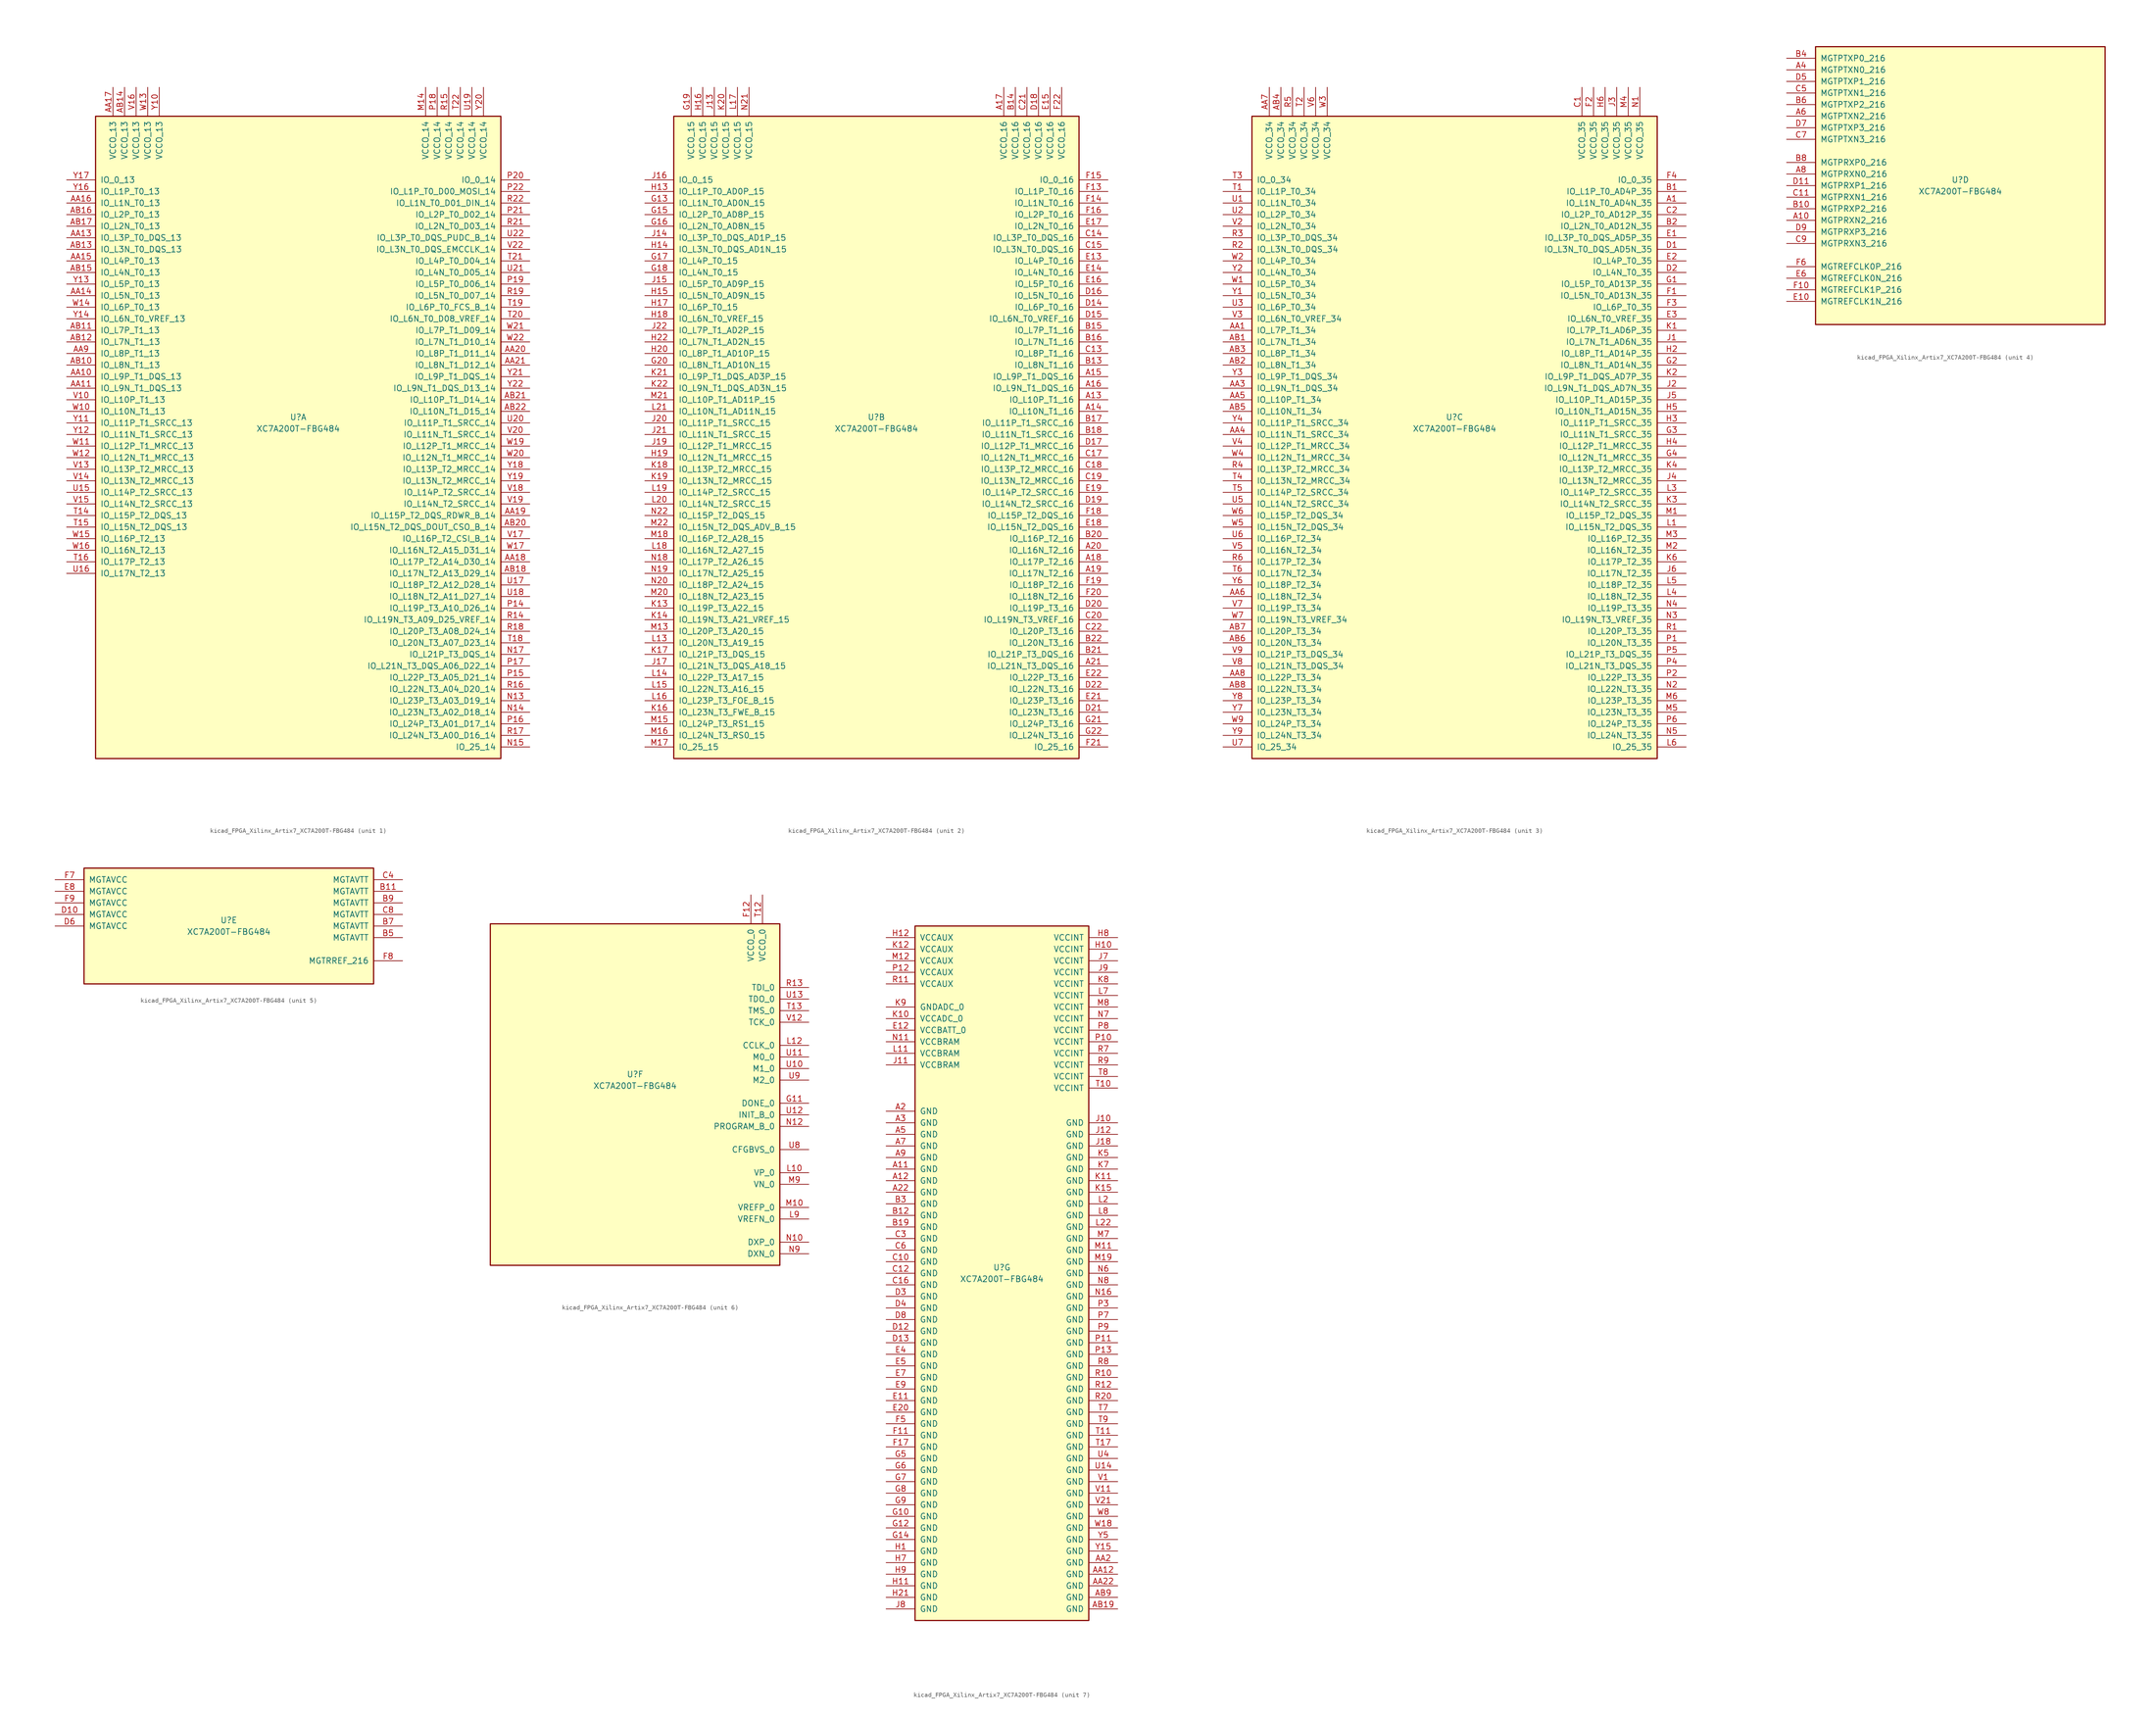
<source format=kicad_sym>
(kicad_symbol_lib
  (version 20220914)
  (generator kicad_symbol_editor)
  (symbol "kicad_FPGA_Xilinx_Artix7_XC7A200T-FBG484"
    (pin_names
      (offset 1.016))
    (property "Reference" "U"
      (at 0 1.27 0)
      (effects (font (size 1.27 1.27))))
    (property "Value" "XC7A200T-FBG484"
      (at 0 -1.27 0)
      (effects (font (size 1.27 1.27))))
    (property "Datasheet" ""
      (at 0 0 0)
      (effects (font (size 1.27 1.27))))
    (property "ki_locked" ""
      (at 0 0 0)
      (effects (font (size 1.27 1.27))))
    (symbol "kicad_FPGA_Xilinx_Artix7_XC7A200T-FBG484_1_1"
      (rectangle (start -44.45 67.31) (end 44.45 -73.66) (stroke (width 0.254) (type default)) (fill (type background)))
      (pin bidirectional line (at -50.8 10.16 0) (length 6.35) (name "IO_L9P_T1_DQS_13" (effects (font (size 1.27 1.27)))) (number "AA10" (effects (font (size 1.27 1.27)))))
      (pin bidirectional line (at -50.8 7.62 0) (length 6.35) (name "IO_L9N_T1_DQS_13" (effects (font (size 1.27 1.27)))) (number "AA11" (effects (font (size 1.27 1.27)))))
      (pin bidirectional line (at -50.8 40.64 0) (length 6.35) (name "IO_L3P_T0_DQS_13" (effects (font (size 1.27 1.27)))) (number "AA13" (effects (font (size 1.27 1.27)))))
      (pin bidirectional line (at -50.8 27.94 0) (length 6.35) (name "IO_L5N_T0_13" (effects (font (size 1.27 1.27)))) (number "AA14" (effects (font (size 1.27 1.27)))))
      (pin bidirectional line (at -50.8 35.56 0) (length 6.35) (name "IO_L4P_T0_13" (effects (font (size 1.27 1.27)))) (number "AA15" (effects (font (size 1.27 1.27)))))
      (pin bidirectional line (at -50.8 48.26 0) (length 6.35) (name "IO_L1N_T0_13" (effects (font (size 1.27 1.27)))) (number "AA16" (effects (font (size 1.27 1.27)))))
      (pin power_in line (at -40.64 73.66 270) (length 6.35) (name "VCCO_13" (effects (font (size 1.27 1.27)))) (number "AA17" (effects (font (size 1.27 1.27)))))
      (pin bidirectional line (at 50.8 -30.48 180) (length 6.35) (name "IO_L17P_T2_A14_D30_14" (effects (font (size 1.27 1.27)))) (number "AA18" (effects (font (size 1.27 1.27)))))
      (pin bidirectional line (at 50.8 -20.32 180) (length 6.35) (name "IO_L15P_T2_DQS_RDWR_B_14" (effects (font (size 1.27 1.27)))) (number "AA19" (effects (font (size 1.27 1.27)))))
      (pin bidirectional line (at 50.8 15.24 180) (length 6.35) (name "IO_L8P_T1_D11_14" (effects (font (size 1.27 1.27)))) (number "AA20" (effects (font (size 1.27 1.27)))))
      (pin bidirectional line (at 50.8 12.7 180) (length 6.35) (name "IO_L8N_T1_D12_14" (effects (font (size 1.27 1.27)))) (number "AA21" (effects (font (size 1.27 1.27)))))
      (pin bidirectional line (at -50.8 15.24 0) (length 6.35) (name "IO_L8P_T1_13" (effects (font (size 1.27 1.27)))) (number "AA9" (effects (font (size 1.27 1.27)))))
      (pin bidirectional line (at -50.8 12.7 0) (length 6.35) (name "IO_L8N_T1_13" (effects (font (size 1.27 1.27)))) (number "AB10" (effects (font (size 1.27 1.27)))))
      (pin bidirectional line (at -50.8 20.32 0) (length 6.35) (name "IO_L7P_T1_13" (effects (font (size 1.27 1.27)))) (number "AB11" (effects (font (size 1.27 1.27)))))
      (pin bidirectional line (at -50.8 17.78 0) (length 6.35) (name "IO_L7N_T1_13" (effects (font (size 1.27 1.27)))) (number "AB12" (effects (font (size 1.27 1.27)))))
      (pin bidirectional line (at -50.8 38.1 0) (length 6.35) (name "IO_L3N_T0_DQS_13" (effects (font (size 1.27 1.27)))) (number "AB13" (effects (font (size 1.27 1.27)))))
      (pin power_in line (at -38.1 73.66 270) (length 6.35) (name "VCCO_13" (effects (font (size 1.27 1.27)))) (number "AB14" (effects (font (size 1.27 1.27)))))
      (pin bidirectional line (at -50.8 33.02 0) (length 6.35) (name "IO_L4N_T0_13" (effects (font (size 1.27 1.27)))) (number "AB15" (effects (font (size 1.27 1.27)))))
      (pin bidirectional line (at -50.8 45.72 0) (length 6.35) (name "IO_L2P_T0_13" (effects (font (size 1.27 1.27)))) (number "AB16" (effects (font (size 1.27 1.27)))))
      (pin bidirectional line (at -50.8 43.18 0) (length 6.35) (name "IO_L2N_T0_13" (effects (font (size 1.27 1.27)))) (number "AB17" (effects (font (size 1.27 1.27)))))
      (pin bidirectional line (at 50.8 -33.02 180) (length 6.35) (name "IO_L17N_T2_A13_D29_14" (effects (font (size 1.27 1.27)))) (number "AB18" (effects (font (size 1.27 1.27)))))
      (pin bidirectional line (at 50.8 -22.86 180) (length 6.35) (name "IO_L15N_T2_DQS_DOUT_CSO_B_14" (effects (font (size 1.27 1.27)))) (number "AB20" (effects (font (size 1.27 1.27)))))
      (pin bidirectional line (at 50.8 5.08 180) (length 6.35) (name "IO_L10P_T1_D14_14" (effects (font (size 1.27 1.27)))) (number "AB21" (effects (font (size 1.27 1.27)))))
      (pin bidirectional line (at 50.8 2.54 180) (length 6.35) (name "IO_L10N_T1_D15_14" (effects (font (size 1.27 1.27)))) (number "AB22" (effects (font (size 1.27 1.27)))))
      (pin power_in line (at 27.94 73.66 270) (length 6.35) (name "VCCO_14" (effects (font (size 1.27 1.27)))) (number "M14" (effects (font (size 1.27 1.27)))))
      (pin bidirectional line (at 50.8 -60.96 180) (length 6.35) (name "IO_L23P_T3_A03_D19_14" (effects (font (size 1.27 1.27)))) (number "N13" (effects (font (size 1.27 1.27)))))
      (pin bidirectional line (at 50.8 -63.5 180) (length 6.35) (name "IO_L23N_T3_A02_D18_14" (effects (font (size 1.27 1.27)))) (number "N14" (effects (font (size 1.27 1.27)))))
      (pin bidirectional line (at 50.8 -71.12 180) (length 6.35) (name "IO_25_14" (effects (font (size 1.27 1.27)))) (number "N15" (effects (font (size 1.27 1.27)))))
      (pin bidirectional line (at 50.8 -50.8 180) (length 6.35) (name "IO_L21P_T3_DQS_14" (effects (font (size 1.27 1.27)))) (number "N17" (effects (font (size 1.27 1.27)))))
      (pin bidirectional line (at 50.8 -40.64 180) (length 6.35) (name "IO_L19P_T3_A10_D26_14" (effects (font (size 1.27 1.27)))) (number "P14" (effects (font (size 1.27 1.27)))))
      (pin bidirectional line (at 50.8 -55.88 180) (length 6.35) (name "IO_L22P_T3_A05_D21_14" (effects (font (size 1.27 1.27)))) (number "P15" (effects (font (size 1.27 1.27)))))
      (pin bidirectional line (at 50.8 -66.04 180) (length 6.35) (name "IO_L24P_T3_A01_D17_14" (effects (font (size 1.27 1.27)))) (number "P16" (effects (font (size 1.27 1.27)))))
      (pin bidirectional line (at 50.8 -53.34 180) (length 6.35) (name "IO_L21N_T3_DQS_A06_D22_14" (effects (font (size 1.27 1.27)))) (number "P17" (effects (font (size 1.27 1.27)))))
      (pin power_in line (at 30.48 73.66 270) (length 6.35) (name "VCCO_14" (effects (font (size 1.27 1.27)))) (number "P18" (effects (font (size 1.27 1.27)))))
      (pin bidirectional line (at 50.8 30.48 180) (length 6.35) (name "IO_L5P_T0_D06_14" (effects (font (size 1.27 1.27)))) (number "P19" (effects (font (size 1.27 1.27)))))
      (pin bidirectional line (at 50.8 53.34 180) (length 6.35) (name "IO_0_14" (effects (font (size 1.27 1.27)))) (number "P20" (effects (font (size 1.27 1.27)))))
      (pin bidirectional line (at 50.8 45.72 180) (length 6.35) (name "IO_L2P_T0_D02_14" (effects (font (size 1.27 1.27)))) (number "P21" (effects (font (size 1.27 1.27)))))
      (pin bidirectional line (at 50.8 50.8 180) (length 6.35) (name "IO_L1P_T0_D00_MOSI_14" (effects (font (size 1.27 1.27)))) (number "P22" (effects (font (size 1.27 1.27)))))
      (pin bidirectional line (at 50.8 -43.18 180) (length 6.35) (name "IO_L19N_T3_A09_D25_VREF_14" (effects (font (size 1.27 1.27)))) (number "R14" (effects (font (size 1.27 1.27)))))
      (pin power_in line (at 33.02 73.66 270) (length 6.35) (name "VCCO_14" (effects (font (size 1.27 1.27)))) (number "R15" (effects (font (size 1.27 1.27)))))
      (pin bidirectional line (at 50.8 -58.42 180) (length 6.35) (name "IO_L22N_T3_A04_D20_14" (effects (font (size 1.27 1.27)))) (number "R16" (effects (font (size 1.27 1.27)))))
      (pin bidirectional line (at 50.8 -68.58 180) (length 6.35) (name "IO_L24N_T3_A00_D16_14" (effects (font (size 1.27 1.27)))) (number "R17" (effects (font (size 1.27 1.27)))))
      (pin bidirectional line (at 50.8 -45.72 180) (length 6.35) (name "IO_L20P_T3_A08_D24_14" (effects (font (size 1.27 1.27)))) (number "R18" (effects (font (size 1.27 1.27)))))
      (pin bidirectional line (at 50.8 27.94 180) (length 6.35) (name "IO_L5N_T0_D07_14" (effects (font (size 1.27 1.27)))) (number "R19" (effects (font (size 1.27 1.27)))))
      (pin bidirectional line (at 50.8 43.18 180) (length 6.35) (name "IO_L2N_T0_D03_14" (effects (font (size 1.27 1.27)))) (number "R21" (effects (font (size 1.27 1.27)))))
      (pin bidirectional line (at 50.8 48.26 180) (length 6.35) (name "IO_L1N_T0_D01_DIN_14" (effects (font (size 1.27 1.27)))) (number "R22" (effects (font (size 1.27 1.27)))))
      (pin bidirectional line (at -50.8 -20.32 0) (length 6.35) (name "IO_L15P_T2_DQS_13" (effects (font (size 1.27 1.27)))) (number "T14" (effects (font (size 1.27 1.27)))))
      (pin bidirectional line (at -50.8 -22.86 0) (length 6.35) (name "IO_L15N_T2_DQS_13" (effects (font (size 1.27 1.27)))) (number "T15" (effects (font (size 1.27 1.27)))))
      (pin bidirectional line (at -50.8 -30.48 0) (length 6.35) (name "IO_L17P_T2_13" (effects (font (size 1.27 1.27)))) (number "T16" (effects (font (size 1.27 1.27)))))
      (pin bidirectional line (at 50.8 -48.26 180) (length 6.35) (name "IO_L20N_T3_A07_D23_14" (effects (font (size 1.27 1.27)))) (number "T18" (effects (font (size 1.27 1.27)))))
      (pin bidirectional line (at 50.8 25.4 180) (length 6.35) (name "IO_L6P_T0_FCS_B_14" (effects (font (size 1.27 1.27)))) (number "T19" (effects (font (size 1.27 1.27)))))
      (pin bidirectional line (at 50.8 22.86 180) (length 6.35) (name "IO_L6N_T0_D08_VREF_14" (effects (font (size 1.27 1.27)))) (number "T20" (effects (font (size 1.27 1.27)))))
      (pin bidirectional line (at 50.8 35.56 180) (length 6.35) (name "IO_L4P_T0_D04_14" (effects (font (size 1.27 1.27)))) (number "T21" (effects (font (size 1.27 1.27)))))
      (pin power_in line (at 35.56 73.66 270) (length 6.35) (name "VCCO_14" (effects (font (size 1.27 1.27)))) (number "T22" (effects (font (size 1.27 1.27)))))
      (pin bidirectional line (at -50.8 -15.24 0) (length 6.35) (name "IO_L14P_T2_SRCC_13" (effects (font (size 1.27 1.27)))) (number "U15" (effects (font (size 1.27 1.27)))))
      (pin bidirectional line (at -50.8 -33.02 0) (length 6.35) (name "IO_L17N_T2_13" (effects (font (size 1.27 1.27)))) (number "U16" (effects (font (size 1.27 1.27)))))
      (pin bidirectional line (at 50.8 -35.56 180) (length 6.35) (name "IO_L18P_T2_A12_D28_14" (effects (font (size 1.27 1.27)))) (number "U17" (effects (font (size 1.27 1.27)))))
      (pin bidirectional line (at 50.8 -38.1 180) (length 6.35) (name "IO_L18N_T2_A11_D27_14" (effects (font (size 1.27 1.27)))) (number "U18" (effects (font (size 1.27 1.27)))))
      (pin power_in line (at 38.1 73.66 270) (length 6.35) (name "VCCO_14" (effects (font (size 1.27 1.27)))) (number "U19" (effects (font (size 1.27 1.27)))))
      (pin bidirectional line (at 50.8 0 180) (length 6.35) (name "IO_L11P_T1_SRCC_14" (effects (font (size 1.27 1.27)))) (number "U20" (effects (font (size 1.27 1.27)))))
      (pin bidirectional line (at 50.8 33.02 180) (length 6.35) (name "IO_L4N_T0_D05_14" (effects (font (size 1.27 1.27)))) (number "U21" (effects (font (size 1.27 1.27)))))
      (pin bidirectional line (at 50.8 40.64 180) (length 6.35) (name "IO_L3P_T0_DQS_PUDC_B_14" (effects (font (size 1.27 1.27)))) (number "U22" (effects (font (size 1.27 1.27)))))
      (pin bidirectional line (at -50.8 5.08 0) (length 6.35) (name "IO_L10P_T1_13" (effects (font (size 1.27 1.27)))) (number "V10" (effects (font (size 1.27 1.27)))))
      (pin bidirectional line (at -50.8 -10.16 0) (length 6.35) (name "IO_L13P_T2_MRCC_13" (effects (font (size 1.27 1.27)))) (number "V13" (effects (font (size 1.27 1.27)))))
      (pin bidirectional line (at -50.8 -12.7 0) (length 6.35) (name "IO_L13N_T2_MRCC_13" (effects (font (size 1.27 1.27)))) (number "V14" (effects (font (size 1.27 1.27)))))
      (pin bidirectional line (at -50.8 -17.78 0) (length 6.35) (name "IO_L14N_T2_SRCC_13" (effects (font (size 1.27 1.27)))) (number "V15" (effects (font (size 1.27 1.27)))))
      (pin power_in line (at -35.56 73.66 270) (length 6.35) (name "VCCO_13" (effects (font (size 1.27 1.27)))) (number "V16" (effects (font (size 1.27 1.27)))))
      (pin bidirectional line (at 50.8 -25.4 180) (length 6.35) (name "IO_L16P_T2_CSI_B_14" (effects (font (size 1.27 1.27)))) (number "V17" (effects (font (size 1.27 1.27)))))
      (pin bidirectional line (at 50.8 -15.24 180) (length 6.35) (name "IO_L14P_T2_SRCC_14" (effects (font (size 1.27 1.27)))) (number "V18" (effects (font (size 1.27 1.27)))))
      (pin bidirectional line (at 50.8 -17.78 180) (length 6.35) (name "IO_L14N_T2_SRCC_14" (effects (font (size 1.27 1.27)))) (number "V19" (effects (font (size 1.27 1.27)))))
      (pin bidirectional line (at 50.8 -2.54 180) (length 6.35) (name "IO_L11N_T1_SRCC_14" (effects (font (size 1.27 1.27)))) (number "V20" (effects (font (size 1.27 1.27)))))
      (pin bidirectional line (at 50.8 38.1 180) (length 6.35) (name "IO_L3N_T0_DQS_EMCCLK_14" (effects (font (size 1.27 1.27)))) (number "V22" (effects (font (size 1.27 1.27)))))
      (pin bidirectional line (at -50.8 2.54 0) (length 6.35) (name "IO_L10N_T1_13" (effects (font (size 1.27 1.27)))) (number "W10" (effects (font (size 1.27 1.27)))))
      (pin bidirectional line (at -50.8 -5.08 0) (length 6.35) (name "IO_L12P_T1_MRCC_13" (effects (font (size 1.27 1.27)))) (number "W11" (effects (font (size 1.27 1.27)))))
      (pin bidirectional line (at -50.8 -7.62 0) (length 6.35) (name "IO_L12N_T1_MRCC_13" (effects (font (size 1.27 1.27)))) (number "W12" (effects (font (size 1.27 1.27)))))
      (pin power_in line (at -33.02 73.66 270) (length 6.35) (name "VCCO_13" (effects (font (size 1.27 1.27)))) (number "W13" (effects (font (size 1.27 1.27)))))
      (pin bidirectional line (at -50.8 25.4 0) (length 6.35) (name "IO_L6P_T0_13" (effects (font (size 1.27 1.27)))) (number "W14" (effects (font (size 1.27 1.27)))))
      (pin bidirectional line (at -50.8 -25.4 0) (length 6.35) (name "IO_L16P_T2_13" (effects (font (size 1.27 1.27)))) (number "W15" (effects (font (size 1.27 1.27)))))
      (pin bidirectional line (at -50.8 -27.94 0) (length 6.35) (name "IO_L16N_T2_13" (effects (font (size 1.27 1.27)))) (number "W16" (effects (font (size 1.27 1.27)))))
      (pin bidirectional line (at 50.8 -27.94 180) (length 6.35) (name "IO_L16N_T2_A15_D31_14" (effects (font (size 1.27 1.27)))) (number "W17" (effects (font (size 1.27 1.27)))))
      (pin bidirectional line (at 50.8 -5.08 180) (length 6.35) (name "IO_L12P_T1_MRCC_14" (effects (font (size 1.27 1.27)))) (number "W19" (effects (font (size 1.27 1.27)))))
      (pin bidirectional line (at 50.8 -7.62 180) (length 6.35) (name "IO_L12N_T1_MRCC_14" (effects (font (size 1.27 1.27)))) (number "W20" (effects (font (size 1.27 1.27)))))
      (pin bidirectional line (at 50.8 20.32 180) (length 6.35) (name "IO_L7P_T1_D09_14" (effects (font (size 1.27 1.27)))) (number "W21" (effects (font (size 1.27 1.27)))))
      (pin bidirectional line (at 50.8 17.78 180) (length 6.35) (name "IO_L7N_T1_D10_14" (effects (font (size 1.27 1.27)))) (number "W22" (effects (font (size 1.27 1.27)))))
      (pin power_in line (at -30.48 73.66 270) (length 6.35) (name "VCCO_13" (effects (font (size 1.27 1.27)))) (number "Y10" (effects (font (size 1.27 1.27)))))
      (pin bidirectional line (at -50.8 0 0) (length 6.35) (name "IO_L11P_T1_SRCC_13" (effects (font (size 1.27 1.27)))) (number "Y11" (effects (font (size 1.27 1.27)))))
      (pin bidirectional line (at -50.8 -2.54 0) (length 6.35) (name "IO_L11N_T1_SRCC_13" (effects (font (size 1.27 1.27)))) (number "Y12" (effects (font (size 1.27 1.27)))))
      (pin bidirectional line (at -50.8 30.48 0) (length 6.35) (name "IO_L5P_T0_13" (effects (font (size 1.27 1.27)))) (number "Y13" (effects (font (size 1.27 1.27)))))
      (pin bidirectional line (at -50.8 22.86 0) (length 6.35) (name "IO_L6N_T0_VREF_13" (effects (font (size 1.27 1.27)))) (number "Y14" (effects (font (size 1.27 1.27)))))
      (pin bidirectional line (at -50.8 50.8 0) (length 6.35) (name "IO_L1P_T0_13" (effects (font (size 1.27 1.27)))) (number "Y16" (effects (font (size 1.27 1.27)))))
      (pin bidirectional line (at -50.8 53.34 0) (length 6.35) (name "IO_0_13" (effects (font (size 1.27 1.27)))) (number "Y17" (effects (font (size 1.27 1.27)))))
      (pin bidirectional line (at 50.8 -10.16 180) (length 6.35) (name "IO_L13P_T2_MRCC_14" (effects (font (size 1.27 1.27)))) (number "Y18" (effects (font (size 1.27 1.27)))))
      (pin bidirectional line (at 50.8 -12.7 180) (length 6.35) (name "IO_L13N_T2_MRCC_14" (effects (font (size 1.27 1.27)))) (number "Y19" (effects (font (size 1.27 1.27)))))
      (pin power_in line (at 40.64 73.66 270) (length 6.35) (name "VCCO_14" (effects (font (size 1.27 1.27)))) (number "Y20" (effects (font (size 1.27 1.27)))))
      (pin bidirectional line (at 50.8 10.16 180) (length 6.35) (name "IO_L9P_T1_DQS_14" (effects (font (size 1.27 1.27)))) (number "Y21" (effects (font (size 1.27 1.27)))))
      (pin bidirectional line (at 50.8 7.62 180) (length 6.35) (name "IO_L9N_T1_DQS_D13_14" (effects (font (size 1.27 1.27)))) (number "Y22" (effects (font (size 1.27 1.27))))))
    (symbol "kicad_FPGA_Xilinx_Artix7_XC7A200T-FBG484_2_1"
      (rectangle (start -44.45 67.31) (end 44.45 -73.66) (stroke (width 0.254) (type default)) (fill (type background)))
      (pin bidirectional line (at 50.8 5.08 180) (length 6.35) (name "IO_L10P_T1_16" (effects (font (size 1.27 1.27)))) (number "A13" (effects (font (size 1.27 1.27)))))
      (pin bidirectional line (at 50.8 2.54 180) (length 6.35) (name "IO_L10N_T1_16" (effects (font (size 1.27 1.27)))) (number "A14" (effects (font (size 1.27 1.27)))))
      (pin bidirectional line (at 50.8 10.16 180) (length 6.35) (name "IO_L9P_T1_DQS_16" (effects (font (size 1.27 1.27)))) (number "A15" (effects (font (size 1.27 1.27)))))
      (pin bidirectional line (at 50.8 7.62 180) (length 6.35) (name "IO_L9N_T1_DQS_16" (effects (font (size 1.27 1.27)))) (number "A16" (effects (font (size 1.27 1.27)))))
      (pin power_in line (at 27.94 73.66 270) (length 6.35) (name "VCCO_16" (effects (font (size 1.27 1.27)))) (number "A17" (effects (font (size 1.27 1.27)))))
      (pin bidirectional line (at 50.8 -30.48 180) (length 6.35) (name "IO_L17P_T2_16" (effects (font (size 1.27 1.27)))) (number "A18" (effects (font (size 1.27 1.27)))))
      (pin bidirectional line (at 50.8 -33.02 180) (length 6.35) (name "IO_L17N_T2_16" (effects (font (size 1.27 1.27)))) (number "A19" (effects (font (size 1.27 1.27)))))
      (pin bidirectional line (at 50.8 -27.94 180) (length 6.35) (name "IO_L16N_T2_16" (effects (font (size 1.27 1.27)))) (number "A20" (effects (font (size 1.27 1.27)))))
      (pin bidirectional line (at 50.8 -53.34 180) (length 6.35) (name "IO_L21N_T3_DQS_16" (effects (font (size 1.27 1.27)))) (number "A21" (effects (font (size 1.27 1.27)))))
      (pin bidirectional line (at 50.8 12.7 180) (length 6.35) (name "IO_L8N_T1_16" (effects (font (size 1.27 1.27)))) (number "B13" (effects (font (size 1.27 1.27)))))
      (pin power_in line (at 30.48 73.66 270) (length 6.35) (name "VCCO_16" (effects (font (size 1.27 1.27)))) (number "B14" (effects (font (size 1.27 1.27)))))
      (pin bidirectional line (at 50.8 20.32 180) (length 6.35) (name "IO_L7P_T1_16" (effects (font (size 1.27 1.27)))) (number "B15" (effects (font (size 1.27 1.27)))))
      (pin bidirectional line (at 50.8 17.78 180) (length 6.35) (name "IO_L7N_T1_16" (effects (font (size 1.27 1.27)))) (number "B16" (effects (font (size 1.27 1.27)))))
      (pin bidirectional line (at 50.8 0 180) (length 6.35) (name "IO_L11P_T1_SRCC_16" (effects (font (size 1.27 1.27)))) (number "B17" (effects (font (size 1.27 1.27)))))
      (pin bidirectional line (at 50.8 -2.54 180) (length 6.35) (name "IO_L11N_T1_SRCC_16" (effects (font (size 1.27 1.27)))) (number "B18" (effects (font (size 1.27 1.27)))))
      (pin bidirectional line (at 50.8 -25.4 180) (length 6.35) (name "IO_L16P_T2_16" (effects (font (size 1.27 1.27)))) (number "B20" (effects (font (size 1.27 1.27)))))
      (pin bidirectional line (at 50.8 -50.8 180) (length 6.35) (name "IO_L21P_T3_DQS_16" (effects (font (size 1.27 1.27)))) (number "B21" (effects (font (size 1.27 1.27)))))
      (pin bidirectional line (at 50.8 -48.26 180) (length 6.35) (name "IO_L20N_T3_16" (effects (font (size 1.27 1.27)))) (number "B22" (effects (font (size 1.27 1.27)))))
      (pin bidirectional line (at 50.8 15.24 180) (length 6.35) (name "IO_L8P_T1_16" (effects (font (size 1.27 1.27)))) (number "C13" (effects (font (size 1.27 1.27)))))
      (pin bidirectional line (at 50.8 40.64 180) (length 6.35) (name "IO_L3P_T0_DQS_16" (effects (font (size 1.27 1.27)))) (number "C14" (effects (font (size 1.27 1.27)))))
      (pin bidirectional line (at 50.8 38.1 180) (length 6.35) (name "IO_L3N_T0_DQS_16" (effects (font (size 1.27 1.27)))) (number "C15" (effects (font (size 1.27 1.27)))))
      (pin bidirectional line (at 50.8 -7.62 180) (length 6.35) (name "IO_L12N_T1_MRCC_16" (effects (font (size 1.27 1.27)))) (number "C17" (effects (font (size 1.27 1.27)))))
      (pin bidirectional line (at 50.8 -10.16 180) (length 6.35) (name "IO_L13P_T2_MRCC_16" (effects (font (size 1.27 1.27)))) (number "C18" (effects (font (size 1.27 1.27)))))
      (pin bidirectional line (at 50.8 -12.7 180) (length 6.35) (name "IO_L13N_T2_MRCC_16" (effects (font (size 1.27 1.27)))) (number "C19" (effects (font (size 1.27 1.27)))))
      (pin bidirectional line (at 50.8 -43.18 180) (length 6.35) (name "IO_L19N_T3_VREF_16" (effects (font (size 1.27 1.27)))) (number "C20" (effects (font (size 1.27 1.27)))))
      (pin power_in line (at 33.02 73.66 270) (length 6.35) (name "VCCO_16" (effects (font (size 1.27 1.27)))) (number "C21" (effects (font (size 1.27 1.27)))))
      (pin bidirectional line (at 50.8 -45.72 180) (length 6.35) (name "IO_L20P_T3_16" (effects (font (size 1.27 1.27)))) (number "C22" (effects (font (size 1.27 1.27)))))
      (pin bidirectional line (at 50.8 25.4 180) (length 6.35) (name "IO_L6P_T0_16" (effects (font (size 1.27 1.27)))) (number "D14" (effects (font (size 1.27 1.27)))))
      (pin bidirectional line (at 50.8 22.86 180) (length 6.35) (name "IO_L6N_T0_VREF_16" (effects (font (size 1.27 1.27)))) (number "D15" (effects (font (size 1.27 1.27)))))
      (pin bidirectional line (at 50.8 27.94 180) (length 6.35) (name "IO_L5N_T0_16" (effects (font (size 1.27 1.27)))) (number "D16" (effects (font (size 1.27 1.27)))))
      (pin bidirectional line (at 50.8 -5.08 180) (length 6.35) (name "IO_L12P_T1_MRCC_16" (effects (font (size 1.27 1.27)))) (number "D17" (effects (font (size 1.27 1.27)))))
      (pin power_in line (at 35.56 73.66 270) (length 6.35) (name "VCCO_16" (effects (font (size 1.27 1.27)))) (number "D18" (effects (font (size 1.27 1.27)))))
      (pin bidirectional line (at 50.8 -17.78 180) (length 6.35) (name "IO_L14N_T2_SRCC_16" (effects (font (size 1.27 1.27)))) (number "D19" (effects (font (size 1.27 1.27)))))
      (pin bidirectional line (at 50.8 -40.64 180) (length 6.35) (name "IO_L19P_T3_16" (effects (font (size 1.27 1.27)))) (number "D20" (effects (font (size 1.27 1.27)))))
      (pin bidirectional line (at 50.8 -63.5 180) (length 6.35) (name "IO_L23N_T3_16" (effects (font (size 1.27 1.27)))) (number "D21" (effects (font (size 1.27 1.27)))))
      (pin bidirectional line (at 50.8 -58.42 180) (length 6.35) (name "IO_L22N_T3_16" (effects (font (size 1.27 1.27)))) (number "D22" (effects (font (size 1.27 1.27)))))
      (pin bidirectional line (at 50.8 35.56 180) (length 6.35) (name "IO_L4P_T0_16" (effects (font (size 1.27 1.27)))) (number "E13" (effects (font (size 1.27 1.27)))))
      (pin bidirectional line (at 50.8 33.02 180) (length 6.35) (name "IO_L4N_T0_16" (effects (font (size 1.27 1.27)))) (number "E14" (effects (font (size 1.27 1.27)))))
      (pin power_in line (at 38.1 73.66 270) (length 6.35) (name "VCCO_16" (effects (font (size 1.27 1.27)))) (number "E15" (effects (font (size 1.27 1.27)))))
      (pin bidirectional line (at 50.8 30.48 180) (length 6.35) (name "IO_L5P_T0_16" (effects (font (size 1.27 1.27)))) (number "E16" (effects (font (size 1.27 1.27)))))
      (pin bidirectional line (at 50.8 43.18 180) (length 6.35) (name "IO_L2N_T0_16" (effects (font (size 1.27 1.27)))) (number "E17" (effects (font (size 1.27 1.27)))))
      (pin bidirectional line (at 50.8 -22.86 180) (length 6.35) (name "IO_L15N_T2_DQS_16" (effects (font (size 1.27 1.27)))) (number "E18" (effects (font (size 1.27 1.27)))))
      (pin bidirectional line (at 50.8 -15.24 180) (length 6.35) (name "IO_L14P_T2_SRCC_16" (effects (font (size 1.27 1.27)))) (number "E19" (effects (font (size 1.27 1.27)))))
      (pin bidirectional line (at 50.8 -60.96 180) (length 6.35) (name "IO_L23P_T3_16" (effects (font (size 1.27 1.27)))) (number "E21" (effects (font (size 1.27 1.27)))))
      (pin bidirectional line (at 50.8 -55.88 180) (length 6.35) (name "IO_L22P_T3_16" (effects (font (size 1.27 1.27)))) (number "E22" (effects (font (size 1.27 1.27)))))
      (pin bidirectional line (at 50.8 50.8 180) (length 6.35) (name "IO_L1P_T0_16" (effects (font (size 1.27 1.27)))) (number "F13" (effects (font (size 1.27 1.27)))))
      (pin bidirectional line (at 50.8 48.26 180) (length 6.35) (name "IO_L1N_T0_16" (effects (font (size 1.27 1.27)))) (number "F14" (effects (font (size 1.27 1.27)))))
      (pin bidirectional line (at 50.8 53.34 180) (length 6.35) (name "IO_0_16" (effects (font (size 1.27 1.27)))) (number "F15" (effects (font (size 1.27 1.27)))))
      (pin bidirectional line (at 50.8 45.72 180) (length 6.35) (name "IO_L2P_T0_16" (effects (font (size 1.27 1.27)))) (number "F16" (effects (font (size 1.27 1.27)))))
      (pin bidirectional line (at 50.8 -20.32 180) (length 6.35) (name "IO_L15P_T2_DQS_16" (effects (font (size 1.27 1.27)))) (number "F18" (effects (font (size 1.27 1.27)))))
      (pin bidirectional line (at 50.8 -35.56 180) (length 6.35) (name "IO_L18P_T2_16" (effects (font (size 1.27 1.27)))) (number "F19" (effects (font (size 1.27 1.27)))))
      (pin bidirectional line (at 50.8 -38.1 180) (length 6.35) (name "IO_L18N_T2_16" (effects (font (size 1.27 1.27)))) (number "F20" (effects (font (size 1.27 1.27)))))
      (pin bidirectional line (at 50.8 -71.12 180) (length 6.35) (name "IO_25_16" (effects (font (size 1.27 1.27)))) (number "F21" (effects (font (size 1.27 1.27)))))
      (pin power_in line (at 40.64 73.66 270) (length 6.35) (name "VCCO_16" (effects (font (size 1.27 1.27)))) (number "F22" (effects (font (size 1.27 1.27)))))
      (pin bidirectional line (at -50.8 48.26 0) (length 6.35) (name "IO_L1N_T0_AD0N_15" (effects (font (size 1.27 1.27)))) (number "G13" (effects (font (size 1.27 1.27)))))
      (pin bidirectional line (at -50.8 45.72 0) (length 6.35) (name "IO_L2P_T0_AD8P_15" (effects (font (size 1.27 1.27)))) (number "G15" (effects (font (size 1.27 1.27)))))
      (pin bidirectional line (at -50.8 43.18 0) (length 6.35) (name "IO_L2N_T0_AD8N_15" (effects (font (size 1.27 1.27)))) (number "G16" (effects (font (size 1.27 1.27)))))
      (pin bidirectional line (at -50.8 35.56 0) (length 6.35) (name "IO_L4P_T0_15" (effects (font (size 1.27 1.27)))) (number "G17" (effects (font (size 1.27 1.27)))))
      (pin bidirectional line (at -50.8 33.02 0) (length 6.35) (name "IO_L4N_T0_15" (effects (font (size 1.27 1.27)))) (number "G18" (effects (font (size 1.27 1.27)))))
      (pin power_in line (at -40.64 73.66 270) (length 6.35) (name "VCCO_15" (effects (font (size 1.27 1.27)))) (number "G19" (effects (font (size 1.27 1.27)))))
      (pin bidirectional line (at -50.8 12.7 0) (length 6.35) (name "IO_L8N_T1_AD10N_15" (effects (font (size 1.27 1.27)))) (number "G20" (effects (font (size 1.27 1.27)))))
      (pin bidirectional line (at 50.8 -66.04 180) (length 6.35) (name "IO_L24P_T3_16" (effects (font (size 1.27 1.27)))) (number "G21" (effects (font (size 1.27 1.27)))))
      (pin bidirectional line (at 50.8 -68.58 180) (length 6.35) (name "IO_L24N_T3_16" (effects (font (size 1.27 1.27)))) (number "G22" (effects (font (size 1.27 1.27)))))
      (pin bidirectional line (at -50.8 50.8 0) (length 6.35) (name "IO_L1P_T0_AD0P_15" (effects (font (size 1.27 1.27)))) (number "H13" (effects (font (size 1.27 1.27)))))
      (pin bidirectional line (at -50.8 38.1 0) (length 6.35) (name "IO_L3N_T0_DQS_AD1N_15" (effects (font (size 1.27 1.27)))) (number "H14" (effects (font (size 1.27 1.27)))))
      (pin bidirectional line (at -50.8 27.94 0) (length 6.35) (name "IO_L5N_T0_AD9N_15" (effects (font (size 1.27 1.27)))) (number "H15" (effects (font (size 1.27 1.27)))))
      (pin power_in line (at -38.1 73.66 270) (length 6.35) (name "VCCO_15" (effects (font (size 1.27 1.27)))) (number "H16" (effects (font (size 1.27 1.27)))))
      (pin bidirectional line (at -50.8 25.4 0) (length 6.35) (name "IO_L6P_T0_15" (effects (font (size 1.27 1.27)))) (number "H17" (effects (font (size 1.27 1.27)))))
      (pin bidirectional line (at -50.8 22.86 0) (length 6.35) (name "IO_L6N_T0_VREF_15" (effects (font (size 1.27 1.27)))) (number "H18" (effects (font (size 1.27 1.27)))))
      (pin bidirectional line (at -50.8 -7.62 0) (length 6.35) (name "IO_L12N_T1_MRCC_15" (effects (font (size 1.27 1.27)))) (number "H19" (effects (font (size 1.27 1.27)))))
      (pin bidirectional line (at -50.8 15.24 0) (length 6.35) (name "IO_L8P_T1_AD10P_15" (effects (font (size 1.27 1.27)))) (number "H20" (effects (font (size 1.27 1.27)))))
      (pin bidirectional line (at -50.8 17.78 0) (length 6.35) (name "IO_L7N_T1_AD2N_15" (effects (font (size 1.27 1.27)))) (number "H22" (effects (font (size 1.27 1.27)))))
      (pin power_in line (at -35.56 73.66 270) (length 6.35) (name "VCCO_15" (effects (font (size 1.27 1.27)))) (number "J13" (effects (font (size 1.27 1.27)))))
      (pin bidirectional line (at -50.8 40.64 0) (length 6.35) (name "IO_L3P_T0_DQS_AD1P_15" (effects (font (size 1.27 1.27)))) (number "J14" (effects (font (size 1.27 1.27)))))
      (pin bidirectional line (at -50.8 30.48 0) (length 6.35) (name "IO_L5P_T0_AD9P_15" (effects (font (size 1.27 1.27)))) (number "J15" (effects (font (size 1.27 1.27)))))
      (pin bidirectional line (at -50.8 53.34 0) (length 6.35) (name "IO_0_15" (effects (font (size 1.27 1.27)))) (number "J16" (effects (font (size 1.27 1.27)))))
      (pin bidirectional line (at -50.8 -53.34 0) (length 6.35) (name "IO_L21N_T3_DQS_A18_15" (effects (font (size 1.27 1.27)))) (number "J17" (effects (font (size 1.27 1.27)))))
      (pin bidirectional line (at -50.8 -5.08 0) (length 6.35) (name "IO_L12P_T1_MRCC_15" (effects (font (size 1.27 1.27)))) (number "J19" (effects (font (size 1.27 1.27)))))
      (pin bidirectional line (at -50.8 0 0) (length 6.35) (name "IO_L11P_T1_SRCC_15" (effects (font (size 1.27 1.27)))) (number "J20" (effects (font (size 1.27 1.27)))))
      (pin bidirectional line (at -50.8 -2.54 0) (length 6.35) (name "IO_L11N_T1_SRCC_15" (effects (font (size 1.27 1.27)))) (number "J21" (effects (font (size 1.27 1.27)))))
      (pin bidirectional line (at -50.8 20.32 0) (length 6.35) (name "IO_L7P_T1_AD2P_15" (effects (font (size 1.27 1.27)))) (number "J22" (effects (font (size 1.27 1.27)))))
      (pin bidirectional line (at -50.8 -40.64 0) (length 6.35) (name "IO_L19P_T3_A22_15" (effects (font (size 1.27 1.27)))) (number "K13" (effects (font (size 1.27 1.27)))))
      (pin bidirectional line (at -50.8 -43.18 0) (length 6.35) (name "IO_L19N_T3_A21_VREF_15" (effects (font (size 1.27 1.27)))) (number "K14" (effects (font (size 1.27 1.27)))))
      (pin bidirectional line (at -50.8 -63.5 0) (length 6.35) (name "IO_L23N_T3_FWE_B_15" (effects (font (size 1.27 1.27)))) (number "K16" (effects (font (size 1.27 1.27)))))
      (pin bidirectional line (at -50.8 -50.8 0) (length 6.35) (name "IO_L21P_T3_DQS_15" (effects (font (size 1.27 1.27)))) (number "K17" (effects (font (size 1.27 1.27)))))
      (pin bidirectional line (at -50.8 -10.16 0) (length 6.35) (name "IO_L13P_T2_MRCC_15" (effects (font (size 1.27 1.27)))) (number "K18" (effects (font (size 1.27 1.27)))))
      (pin bidirectional line (at -50.8 -12.7 0) (length 6.35) (name "IO_L13N_T2_MRCC_15" (effects (font (size 1.27 1.27)))) (number "K19" (effects (font (size 1.27 1.27)))))
      (pin power_in line (at -33.02 73.66 270) (length 6.35) (name "VCCO_15" (effects (font (size 1.27 1.27)))) (number "K20" (effects (font (size 1.27 1.27)))))
      (pin bidirectional line (at -50.8 10.16 0) (length 6.35) (name "IO_L9P_T1_DQS_AD3P_15" (effects (font (size 1.27 1.27)))) (number "K21" (effects (font (size 1.27 1.27)))))
      (pin bidirectional line (at -50.8 7.62 0) (length 6.35) (name "IO_L9N_T1_DQS_AD3N_15" (effects (font (size 1.27 1.27)))) (number "K22" (effects (font (size 1.27 1.27)))))
      (pin bidirectional line (at -50.8 -48.26 0) (length 6.35) (name "IO_L20N_T3_A19_15" (effects (font (size 1.27 1.27)))) (number "L13" (effects (font (size 1.27 1.27)))))
      (pin bidirectional line (at -50.8 -55.88 0) (length 6.35) (name "IO_L22P_T3_A17_15" (effects (font (size 1.27 1.27)))) (number "L14" (effects (font (size 1.27 1.27)))))
      (pin bidirectional line (at -50.8 -58.42 0) (length 6.35) (name "IO_L22N_T3_A16_15" (effects (font (size 1.27 1.27)))) (number "L15" (effects (font (size 1.27 1.27)))))
      (pin bidirectional line (at -50.8 -60.96 0) (length 6.35) (name "IO_L23P_T3_FOE_B_15" (effects (font (size 1.27 1.27)))) (number "L16" (effects (font (size 1.27 1.27)))))
      (pin power_in line (at -30.48 73.66 270) (length 6.35) (name "VCCO_15" (effects (font (size 1.27 1.27)))) (number "L17" (effects (font (size 1.27 1.27)))))
      (pin bidirectional line (at -50.8 -27.94 0) (length 6.35) (name "IO_L16N_T2_A27_15" (effects (font (size 1.27 1.27)))) (number "L18" (effects (font (size 1.27 1.27)))))
      (pin bidirectional line (at -50.8 -15.24 0) (length 6.35) (name "IO_L14P_T2_SRCC_15" (effects (font (size 1.27 1.27)))) (number "L19" (effects (font (size 1.27 1.27)))))
      (pin bidirectional line (at -50.8 -17.78 0) (length 6.35) (name "IO_L14N_T2_SRCC_15" (effects (font (size 1.27 1.27)))) (number "L20" (effects (font (size 1.27 1.27)))))
      (pin bidirectional line (at -50.8 2.54 0) (length 6.35) (name "IO_L10N_T1_AD11N_15" (effects (font (size 1.27 1.27)))) (number "L21" (effects (font (size 1.27 1.27)))))
      (pin bidirectional line (at -50.8 -45.72 0) (length 6.35) (name "IO_L20P_T3_A20_15" (effects (font (size 1.27 1.27)))) (number "M13" (effects (font (size 1.27 1.27)))))
      (pin bidirectional line (at -50.8 -66.04 0) (length 6.35) (name "IO_L24P_T3_RS1_15" (effects (font (size 1.27 1.27)))) (number "M15" (effects (font (size 1.27 1.27)))))
      (pin bidirectional line (at -50.8 -68.58 0) (length 6.35) (name "IO_L24N_T3_RS0_15" (effects (font (size 1.27 1.27)))) (number "M16" (effects (font (size 1.27 1.27)))))
      (pin bidirectional line (at -50.8 -71.12 0) (length 6.35) (name "IO_25_15" (effects (font (size 1.27 1.27)))) (number "M17" (effects (font (size 1.27 1.27)))))
      (pin bidirectional line (at -50.8 -25.4 0) (length 6.35) (name "IO_L16P_T2_A28_15" (effects (font (size 1.27 1.27)))) (number "M18" (effects (font (size 1.27 1.27)))))
      (pin bidirectional line (at -50.8 -38.1 0) (length 6.35) (name "IO_L18N_T2_A23_15" (effects (font (size 1.27 1.27)))) (number "M20" (effects (font (size 1.27 1.27)))))
      (pin bidirectional line (at -50.8 5.08 0) (length 6.35) (name "IO_L10P_T1_AD11P_15" (effects (font (size 1.27 1.27)))) (number "M21" (effects (font (size 1.27 1.27)))))
      (pin bidirectional line (at -50.8 -22.86 0) (length 6.35) (name "IO_L15N_T2_DQS_ADV_B_15" (effects (font (size 1.27 1.27)))) (number "M22" (effects (font (size 1.27 1.27)))))
      (pin bidirectional line (at -50.8 -30.48 0) (length 6.35) (name "IO_L17P_T2_A26_15" (effects (font (size 1.27 1.27)))) (number "N18" (effects (font (size 1.27 1.27)))))
      (pin bidirectional line (at -50.8 -33.02 0) (length 6.35) (name "IO_L17N_T2_A25_15" (effects (font (size 1.27 1.27)))) (number "N19" (effects (font (size 1.27 1.27)))))
      (pin bidirectional line (at -50.8 -35.56 0) (length 6.35) (name "IO_L18P_T2_A24_15" (effects (font (size 1.27 1.27)))) (number "N20" (effects (font (size 1.27 1.27)))))
      (pin power_in line (at -27.94 73.66 270) (length 6.35) (name "VCCO_15" (effects (font (size 1.27 1.27)))) (number "N21" (effects (font (size 1.27 1.27)))))
      (pin bidirectional line (at -50.8 -20.32 0) (length 6.35) (name "IO_L15P_T2_DQS_15" (effects (font (size 1.27 1.27)))) (number "N22" (effects (font (size 1.27 1.27))))))
    (symbol "kicad_FPGA_Xilinx_Artix7_XC7A200T-FBG484_3_1"
      (rectangle (start -44.45 67.31) (end 44.45 -73.66) (stroke (width 0.254) (type default)) (fill (type background)))
      (pin bidirectional line (at 50.8 48.26 180) (length 6.35) (name "IO_L1N_T0_AD4N_35" (effects (font (size 1.27 1.27)))) (number "A1" (effects (font (size 1.27 1.27)))))
      (pin bidirectional line (at -50.8 20.32 0) (length 6.35) (name "IO_L7P_T1_34" (effects (font (size 1.27 1.27)))) (number "AA1" (effects (font (size 1.27 1.27)))))
      (pin bidirectional line (at -50.8 7.62 0) (length 6.35) (name "IO_L9N_T1_DQS_34" (effects (font (size 1.27 1.27)))) (number "AA3" (effects (font (size 1.27 1.27)))))
      (pin bidirectional line (at -50.8 -2.54 0) (length 6.35) (name "IO_L11N_T1_SRCC_34" (effects (font (size 1.27 1.27)))) (number "AA4" (effects (font (size 1.27 1.27)))))
      (pin bidirectional line (at -50.8 5.08 0) (length 6.35) (name "IO_L10P_T1_34" (effects (font (size 1.27 1.27)))) (number "AA5" (effects (font (size 1.27 1.27)))))
      (pin bidirectional line (at -50.8 -38.1 0) (length 6.35) (name "IO_L18N_T2_34" (effects (font (size 1.27 1.27)))) (number "AA6" (effects (font (size 1.27 1.27)))))
      (pin power_in line (at -40.64 73.66 270) (length 6.35) (name "VCCO_34" (effects (font (size 1.27 1.27)))) (number "AA7" (effects (font (size 1.27 1.27)))))
      (pin bidirectional line (at -50.8 -55.88 0) (length 6.35) (name "IO_L22P_T3_34" (effects (font (size 1.27 1.27)))) (number "AA8" (effects (font (size 1.27 1.27)))))
      (pin bidirectional line (at -50.8 17.78 0) (length 6.35) (name "IO_L7N_T1_34" (effects (font (size 1.27 1.27)))) (number "AB1" (effects (font (size 1.27 1.27)))))
      (pin bidirectional line (at -50.8 12.7 0) (length 6.35) (name "IO_L8N_T1_34" (effects (font (size 1.27 1.27)))) (number "AB2" (effects (font (size 1.27 1.27)))))
      (pin bidirectional line (at -50.8 15.24 0) (length 6.35) (name "IO_L8P_T1_34" (effects (font (size 1.27 1.27)))) (number "AB3" (effects (font (size 1.27 1.27)))))
      (pin power_in line (at -38.1 73.66 270) (length 6.35) (name "VCCO_34" (effects (font (size 1.27 1.27)))) (number "AB4" (effects (font (size 1.27 1.27)))))
      (pin bidirectional line (at -50.8 2.54 0) (length 6.35) (name "IO_L10N_T1_34" (effects (font (size 1.27 1.27)))) (number "AB5" (effects (font (size 1.27 1.27)))))
      (pin bidirectional line (at -50.8 -48.26 0) (length 6.35) (name "IO_L20N_T3_34" (effects (font (size 1.27 1.27)))) (number "AB6" (effects (font (size 1.27 1.27)))))
      (pin bidirectional line (at -50.8 -45.72 0) (length 6.35) (name "IO_L20P_T3_34" (effects (font (size 1.27 1.27)))) (number "AB7" (effects (font (size 1.27 1.27)))))
      (pin bidirectional line (at -50.8 -58.42 0) (length 6.35) (name "IO_L22N_T3_34" (effects (font (size 1.27 1.27)))) (number "AB8" (effects (font (size 1.27 1.27)))))
      (pin bidirectional line (at 50.8 50.8 180) (length 6.35) (name "IO_L1P_T0_AD4P_35" (effects (font (size 1.27 1.27)))) (number "B1" (effects (font (size 1.27 1.27)))))
      (pin bidirectional line (at 50.8 43.18 180) (length 6.35) (name "IO_L2N_T0_AD12N_35" (effects (font (size 1.27 1.27)))) (number "B2" (effects (font (size 1.27 1.27)))))
      (pin power_in line (at 27.94 73.66 270) (length 6.35) (name "VCCO_35" (effects (font (size 1.27 1.27)))) (number "C1" (effects (font (size 1.27 1.27)))))
      (pin bidirectional line (at 50.8 45.72 180) (length 6.35) (name "IO_L2P_T0_AD12P_35" (effects (font (size 1.27 1.27)))) (number "C2" (effects (font (size 1.27 1.27)))))
      (pin bidirectional line (at 50.8 38.1 180) (length 6.35) (name "IO_L3N_T0_DQS_AD5N_35" (effects (font (size 1.27 1.27)))) (number "D1" (effects (font (size 1.27 1.27)))))
      (pin bidirectional line (at 50.8 33.02 180) (length 6.35) (name "IO_L4N_T0_35" (effects (font (size 1.27 1.27)))) (number "D2" (effects (font (size 1.27 1.27)))))
      (pin bidirectional line (at 50.8 40.64 180) (length 6.35) (name "IO_L3P_T0_DQS_AD5P_35" (effects (font (size 1.27 1.27)))) (number "E1" (effects (font (size 1.27 1.27)))))
      (pin bidirectional line (at 50.8 35.56 180) (length 6.35) (name "IO_L4P_T0_35" (effects (font (size 1.27 1.27)))) (number "E2" (effects (font (size 1.27 1.27)))))
      (pin bidirectional line (at 50.8 22.86 180) (length 6.35) (name "IO_L6N_T0_VREF_35" (effects (font (size 1.27 1.27)))) (number "E3" (effects (font (size 1.27 1.27)))))
      (pin bidirectional line (at 50.8 27.94 180) (length 6.35) (name "IO_L5N_T0_AD13N_35" (effects (font (size 1.27 1.27)))) (number "F1" (effects (font (size 1.27 1.27)))))
      (pin power_in line (at 30.48 73.66 270) (length 6.35) (name "VCCO_35" (effects (font (size 1.27 1.27)))) (number "F2" (effects (font (size 1.27 1.27)))))
      (pin bidirectional line (at 50.8 25.4 180) (length 6.35) (name "IO_L6P_T0_35" (effects (font (size 1.27 1.27)))) (number "F3" (effects (font (size 1.27 1.27)))))
      (pin bidirectional line (at 50.8 53.34 180) (length 6.35) (name "IO_0_35" (effects (font (size 1.27 1.27)))) (number "F4" (effects (font (size 1.27 1.27)))))
      (pin bidirectional line (at 50.8 30.48 180) (length 6.35) (name "IO_L5P_T0_AD13P_35" (effects (font (size 1.27 1.27)))) (number "G1" (effects (font (size 1.27 1.27)))))
      (pin bidirectional line (at 50.8 12.7 180) (length 6.35) (name "IO_L8N_T1_AD14N_35" (effects (font (size 1.27 1.27)))) (number "G2" (effects (font (size 1.27 1.27)))))
      (pin bidirectional line (at 50.8 -2.54 180) (length 6.35) (name "IO_L11N_T1_SRCC_35" (effects (font (size 1.27 1.27)))) (number "G3" (effects (font (size 1.27 1.27)))))
      (pin bidirectional line (at 50.8 -7.62 180) (length 6.35) (name "IO_L12N_T1_MRCC_35" (effects (font (size 1.27 1.27)))) (number "G4" (effects (font (size 1.27 1.27)))))
      (pin bidirectional line (at 50.8 15.24 180) (length 6.35) (name "IO_L8P_T1_AD14P_35" (effects (font (size 1.27 1.27)))) (number "H2" (effects (font (size 1.27 1.27)))))
      (pin bidirectional line (at 50.8 0 180) (length 6.35) (name "IO_L11P_T1_SRCC_35" (effects (font (size 1.27 1.27)))) (number "H3" (effects (font (size 1.27 1.27)))))
      (pin bidirectional line (at 50.8 -5.08 180) (length 6.35) (name "IO_L12P_T1_MRCC_35" (effects (font (size 1.27 1.27)))) (number "H4" (effects (font (size 1.27 1.27)))))
      (pin bidirectional line (at 50.8 2.54 180) (length 6.35) (name "IO_L10N_T1_AD15N_35" (effects (font (size 1.27 1.27)))) (number "H5" (effects (font (size 1.27 1.27)))))
      (pin power_in line (at 33.02 73.66 270) (length 6.35) (name "VCCO_35" (effects (font (size 1.27 1.27)))) (number "H6" (effects (font (size 1.27 1.27)))))
      (pin bidirectional line (at 50.8 17.78 180) (length 6.35) (name "IO_L7N_T1_AD6N_35" (effects (font (size 1.27 1.27)))) (number "J1" (effects (font (size 1.27 1.27)))))
      (pin bidirectional line (at 50.8 7.62 180) (length 6.35) (name "IO_L9N_T1_DQS_AD7N_35" (effects (font (size 1.27 1.27)))) (number "J2" (effects (font (size 1.27 1.27)))))
      (pin power_in line (at 35.56 73.66 270) (length 6.35) (name "VCCO_35" (effects (font (size 1.27 1.27)))) (number "J3" (effects (font (size 1.27 1.27)))))
      (pin bidirectional line (at 50.8 -12.7 180) (length 6.35) (name "IO_L13N_T2_MRCC_35" (effects (font (size 1.27 1.27)))) (number "J4" (effects (font (size 1.27 1.27)))))
      (pin bidirectional line (at 50.8 5.08 180) (length 6.35) (name "IO_L10P_T1_AD15P_35" (effects (font (size 1.27 1.27)))) (number "J5" (effects (font (size 1.27 1.27)))))
      (pin bidirectional line (at 50.8 -33.02 180) (length 6.35) (name "IO_L17N_T2_35" (effects (font (size 1.27 1.27)))) (number "J6" (effects (font (size 1.27 1.27)))))
      (pin bidirectional line (at 50.8 20.32 180) (length 6.35) (name "IO_L7P_T1_AD6P_35" (effects (font (size 1.27 1.27)))) (number "K1" (effects (font (size 1.27 1.27)))))
      (pin bidirectional line (at 50.8 10.16 180) (length 6.35) (name "IO_L9P_T1_DQS_AD7P_35" (effects (font (size 1.27 1.27)))) (number "K2" (effects (font (size 1.27 1.27)))))
      (pin bidirectional line (at 50.8 -17.78 180) (length 6.35) (name "IO_L14N_T2_SRCC_35" (effects (font (size 1.27 1.27)))) (number "K3" (effects (font (size 1.27 1.27)))))
      (pin bidirectional line (at 50.8 -10.16 180) (length 6.35) (name "IO_L13P_T2_MRCC_35" (effects (font (size 1.27 1.27)))) (number "K4" (effects (font (size 1.27 1.27)))))
      (pin bidirectional line (at 50.8 -30.48 180) (length 6.35) (name "IO_L17P_T2_35" (effects (font (size 1.27 1.27)))) (number "K6" (effects (font (size 1.27 1.27)))))
      (pin bidirectional line (at 50.8 -22.86 180) (length 6.35) (name "IO_L15N_T2_DQS_35" (effects (font (size 1.27 1.27)))) (number "L1" (effects (font (size 1.27 1.27)))))
      (pin bidirectional line (at 50.8 -15.24 180) (length 6.35) (name "IO_L14P_T2_SRCC_35" (effects (font (size 1.27 1.27)))) (number "L3" (effects (font (size 1.27 1.27)))))
      (pin bidirectional line (at 50.8 -38.1 180) (length 6.35) (name "IO_L18N_T2_35" (effects (font (size 1.27 1.27)))) (number "L4" (effects (font (size 1.27 1.27)))))
      (pin bidirectional line (at 50.8 -35.56 180) (length 6.35) (name "IO_L18P_T2_35" (effects (font (size 1.27 1.27)))) (number "L5" (effects (font (size 1.27 1.27)))))
      (pin bidirectional line (at 50.8 -71.12 180) (length 6.35) (name "IO_25_35" (effects (font (size 1.27 1.27)))) (number "L6" (effects (font (size 1.27 1.27)))))
      (pin bidirectional line (at 50.8 -20.32 180) (length 6.35) (name "IO_L15P_T2_DQS_35" (effects (font (size 1.27 1.27)))) (number "M1" (effects (font (size 1.27 1.27)))))
      (pin bidirectional line (at 50.8 -27.94 180) (length 6.35) (name "IO_L16N_T2_35" (effects (font (size 1.27 1.27)))) (number "M2" (effects (font (size 1.27 1.27)))))
      (pin bidirectional line (at 50.8 -25.4 180) (length 6.35) (name "IO_L16P_T2_35" (effects (font (size 1.27 1.27)))) (number "M3" (effects (font (size 1.27 1.27)))))
      (pin power_in line (at 38.1 73.66 270) (length 6.35) (name "VCCO_35" (effects (font (size 1.27 1.27)))) (number "M4" (effects (font (size 1.27 1.27)))))
      (pin bidirectional line (at 50.8 -63.5 180) (length 6.35) (name "IO_L23N_T3_35" (effects (font (size 1.27 1.27)))) (number "M5" (effects (font (size 1.27 1.27)))))
      (pin bidirectional line (at 50.8 -60.96 180) (length 6.35) (name "IO_L23P_T3_35" (effects (font (size 1.27 1.27)))) (number "M6" (effects (font (size 1.27 1.27)))))
      (pin power_in line (at 40.64 73.66 270) (length 6.35) (name "VCCO_35" (effects (font (size 1.27 1.27)))) (number "N1" (effects (font (size 1.27 1.27)))))
      (pin bidirectional line (at 50.8 -58.42 180) (length 6.35) (name "IO_L22N_T3_35" (effects (font (size 1.27 1.27)))) (number "N2" (effects (font (size 1.27 1.27)))))
      (pin bidirectional line (at 50.8 -43.18 180) (length 6.35) (name "IO_L19N_T3_VREF_35" (effects (font (size 1.27 1.27)))) (number "N3" (effects (font (size 1.27 1.27)))))
      (pin bidirectional line (at 50.8 -40.64 180) (length 6.35) (name "IO_L19P_T3_35" (effects (font (size 1.27 1.27)))) (number "N4" (effects (font (size 1.27 1.27)))))
      (pin bidirectional line (at 50.8 -68.58 180) (length 6.35) (name "IO_L24N_T3_35" (effects (font (size 1.27 1.27)))) (number "N5" (effects (font (size 1.27 1.27)))))
      (pin bidirectional line (at 50.8 -48.26 180) (length 6.35) (name "IO_L20N_T3_35" (effects (font (size 1.27 1.27)))) (number "P1" (effects (font (size 1.27 1.27)))))
      (pin bidirectional line (at 50.8 -55.88 180) (length 6.35) (name "IO_L22P_T3_35" (effects (font (size 1.27 1.27)))) (number "P2" (effects (font (size 1.27 1.27)))))
      (pin bidirectional line (at 50.8 -53.34 180) (length 6.35) (name "IO_L21N_T3_DQS_35" (effects (font (size 1.27 1.27)))) (number "P4" (effects (font (size 1.27 1.27)))))
      (pin bidirectional line (at 50.8 -50.8 180) (length 6.35) (name "IO_L21P_T3_DQS_35" (effects (font (size 1.27 1.27)))) (number "P5" (effects (font (size 1.27 1.27)))))
      (pin bidirectional line (at 50.8 -66.04 180) (length 6.35) (name "IO_L24P_T3_35" (effects (font (size 1.27 1.27)))) (number "P6" (effects (font (size 1.27 1.27)))))
      (pin bidirectional line (at 50.8 -45.72 180) (length 6.35) (name "IO_L20P_T3_35" (effects (font (size 1.27 1.27)))) (number "R1" (effects (font (size 1.27 1.27)))))
      (pin bidirectional line (at -50.8 38.1 0) (length 6.35) (name "IO_L3N_T0_DQS_34" (effects (font (size 1.27 1.27)))) (number "R2" (effects (font (size 1.27 1.27)))))
      (pin bidirectional line (at -50.8 40.64 0) (length 6.35) (name "IO_L3P_T0_DQS_34" (effects (font (size 1.27 1.27)))) (number "R3" (effects (font (size 1.27 1.27)))))
      (pin bidirectional line (at -50.8 -10.16 0) (length 6.35) (name "IO_L13P_T2_MRCC_34" (effects (font (size 1.27 1.27)))) (number "R4" (effects (font (size 1.27 1.27)))))
      (pin power_in line (at -35.56 73.66 270) (length 6.35) (name "VCCO_34" (effects (font (size 1.27 1.27)))) (number "R5" (effects (font (size 1.27 1.27)))))
      (pin bidirectional line (at -50.8 -30.48 0) (length 6.35) (name "IO_L17P_T2_34" (effects (font (size 1.27 1.27)))) (number "R6" (effects (font (size 1.27 1.27)))))
      (pin bidirectional line (at -50.8 50.8 0) (length 6.35) (name "IO_L1P_T0_34" (effects (font (size 1.27 1.27)))) (number "T1" (effects (font (size 1.27 1.27)))))
      (pin power_in line (at -33.02 73.66 270) (length 6.35) (name "VCCO_34" (effects (font (size 1.27 1.27)))) (number "T2" (effects (font (size 1.27 1.27)))))
      (pin bidirectional line (at -50.8 53.34 0) (length 6.35) (name "IO_0_34" (effects (font (size 1.27 1.27)))) (number "T3" (effects (font (size 1.27 1.27)))))
      (pin bidirectional line (at -50.8 -12.7 0) (length 6.35) (name "IO_L13N_T2_MRCC_34" (effects (font (size 1.27 1.27)))) (number "T4" (effects (font (size 1.27 1.27)))))
      (pin bidirectional line (at -50.8 -15.24 0) (length 6.35) (name "IO_L14P_T2_SRCC_34" (effects (font (size 1.27 1.27)))) (number "T5" (effects (font (size 1.27 1.27)))))
      (pin bidirectional line (at -50.8 -33.02 0) (length 6.35) (name "IO_L17N_T2_34" (effects (font (size 1.27 1.27)))) (number "T6" (effects (font (size 1.27 1.27)))))
      (pin bidirectional line (at -50.8 48.26 0) (length 6.35) (name "IO_L1N_T0_34" (effects (font (size 1.27 1.27)))) (number "U1" (effects (font (size 1.27 1.27)))))
      (pin bidirectional line (at -50.8 45.72 0) (length 6.35) (name "IO_L2P_T0_34" (effects (font (size 1.27 1.27)))) (number "U2" (effects (font (size 1.27 1.27)))))
      (pin bidirectional line (at -50.8 25.4 0) (length 6.35) (name "IO_L6P_T0_34" (effects (font (size 1.27 1.27)))) (number "U3" (effects (font (size 1.27 1.27)))))
      (pin bidirectional line (at -50.8 -17.78 0) (length 6.35) (name "IO_L14N_T2_SRCC_34" (effects (font (size 1.27 1.27)))) (number "U5" (effects (font (size 1.27 1.27)))))
      (pin bidirectional line (at -50.8 -25.4 0) (length 6.35) (name "IO_L16P_T2_34" (effects (font (size 1.27 1.27)))) (number "U6" (effects (font (size 1.27 1.27)))))
      (pin bidirectional line (at -50.8 -71.12 0) (length 6.35) (name "IO_25_34" (effects (font (size 1.27 1.27)))) (number "U7" (effects (font (size 1.27 1.27)))))
      (pin bidirectional line (at -50.8 43.18 0) (length 6.35) (name "IO_L2N_T0_34" (effects (font (size 1.27 1.27)))) (number "V2" (effects (font (size 1.27 1.27)))))
      (pin bidirectional line (at -50.8 22.86 0) (length 6.35) (name "IO_L6N_T0_VREF_34" (effects (font (size 1.27 1.27)))) (number "V3" (effects (font (size 1.27 1.27)))))
      (pin bidirectional line (at -50.8 -5.08 0) (length 6.35) (name "IO_L12P_T1_MRCC_34" (effects (font (size 1.27 1.27)))) (number "V4" (effects (font (size 1.27 1.27)))))
      (pin bidirectional line (at -50.8 -27.94 0) (length 6.35) (name "IO_L16N_T2_34" (effects (font (size 1.27 1.27)))) (number "V5" (effects (font (size 1.27 1.27)))))
      (pin power_in line (at -30.48 73.66 270) (length 6.35) (name "VCCO_34" (effects (font (size 1.27 1.27)))) (number "V6" (effects (font (size 1.27 1.27)))))
      (pin bidirectional line (at -50.8 -40.64 0) (length 6.35) (name "IO_L19P_T3_34" (effects (font (size 1.27 1.27)))) (number "V7" (effects (font (size 1.27 1.27)))))
      (pin bidirectional line (at -50.8 -53.34 0) (length 6.35) (name "IO_L21N_T3_DQS_34" (effects (font (size 1.27 1.27)))) (number "V8" (effects (font (size 1.27 1.27)))))
      (pin bidirectional line (at -50.8 -50.8 0) (length 6.35) (name "IO_L21P_T3_DQS_34" (effects (font (size 1.27 1.27)))) (number "V9" (effects (font (size 1.27 1.27)))))
      (pin bidirectional line (at -50.8 30.48 0) (length 6.35) (name "IO_L5P_T0_34" (effects (font (size 1.27 1.27)))) (number "W1" (effects (font (size 1.27 1.27)))))
      (pin bidirectional line (at -50.8 35.56 0) (length 6.35) (name "IO_L4P_T0_34" (effects (font (size 1.27 1.27)))) (number "W2" (effects (font (size 1.27 1.27)))))
      (pin power_in line (at -27.94 73.66 270) (length 6.35) (name "VCCO_34" (effects (font (size 1.27 1.27)))) (number "W3" (effects (font (size 1.27 1.27)))))
      (pin bidirectional line (at -50.8 -7.62 0) (length 6.35) (name "IO_L12N_T1_MRCC_34" (effects (font (size 1.27 1.27)))) (number "W4" (effects (font (size 1.27 1.27)))))
      (pin bidirectional line (at -50.8 -22.86 0) (length 6.35) (name "IO_L15N_T2_DQS_34" (effects (font (size 1.27 1.27)))) (number "W5" (effects (font (size 1.27 1.27)))))
      (pin bidirectional line (at -50.8 -20.32 0) (length 6.35) (name "IO_L15P_T2_DQS_34" (effects (font (size 1.27 1.27)))) (number "W6" (effects (font (size 1.27 1.27)))))
      (pin bidirectional line (at -50.8 -43.18 0) (length 6.35) (name "IO_L19N_T3_VREF_34" (effects (font (size 1.27 1.27)))) (number "W7" (effects (font (size 1.27 1.27)))))
      (pin bidirectional line (at -50.8 -66.04 0) (length 6.35) (name "IO_L24P_T3_34" (effects (font (size 1.27 1.27)))) (number "W9" (effects (font (size 1.27 1.27)))))
      (pin bidirectional line (at -50.8 27.94 0) (length 6.35) (name "IO_L5N_T0_34" (effects (font (size 1.27 1.27)))) (number "Y1" (effects (font (size 1.27 1.27)))))
      (pin bidirectional line (at -50.8 33.02 0) (length 6.35) (name "IO_L4N_T0_34" (effects (font (size 1.27 1.27)))) (number "Y2" (effects (font (size 1.27 1.27)))))
      (pin bidirectional line (at -50.8 10.16 0) (length 6.35) (name "IO_L9P_T1_DQS_34" (effects (font (size 1.27 1.27)))) (number "Y3" (effects (font (size 1.27 1.27)))))
      (pin bidirectional line (at -50.8 0 0) (length 6.35) (name "IO_L11P_T1_SRCC_34" (effects (font (size 1.27 1.27)))) (number "Y4" (effects (font (size 1.27 1.27)))))
      (pin bidirectional line (at -50.8 -35.56 0) (length 6.35) (name "IO_L18P_T2_34" (effects (font (size 1.27 1.27)))) (number "Y6" (effects (font (size 1.27 1.27)))))
      (pin bidirectional line (at -50.8 -63.5 0) (length 6.35) (name "IO_L23N_T3_34" (effects (font (size 1.27 1.27)))) (number "Y7" (effects (font (size 1.27 1.27)))))
      (pin bidirectional line (at -50.8 -60.96 0) (length 6.35) (name "IO_L23P_T3_34" (effects (font (size 1.27 1.27)))) (number "Y8" (effects (font (size 1.27 1.27)))))
      (pin bidirectional line (at -50.8 -68.58 0) (length 6.35) (name "IO_L24N_T3_34" (effects (font (size 1.27 1.27)))) (number "Y9" (effects (font (size 1.27 1.27))))))
    (symbol "kicad_FPGA_Xilinx_Artix7_XC7A200T-FBG484_4_1"
      (rectangle (start -31.75 30.48) (end 31.75 -30.48) (stroke (width 0.254) (type default)) (fill (type background)))
      (pin bidirectional line (at -38.1 -7.62 0) (length 6.35) (name "MGTPRXN2_216" (effects (font (size 1.27 1.27)))) (number "A10" (effects (font (size 1.27 1.27)))))
      (pin bidirectional line (at -38.1 25.4 0) (length 6.35) (name "MGTPTXN0_216" (effects (font (size 1.27 1.27)))) (number "A4" (effects (font (size 1.27 1.27)))))
      (pin bidirectional line (at -38.1 15.24 0) (length 6.35) (name "MGTPTXN2_216" (effects (font (size 1.27 1.27)))) (number "A6" (effects (font (size 1.27 1.27)))))
      (pin bidirectional line (at -38.1 2.54 0) (length 6.35) (name "MGTPRXN0_216" (effects (font (size 1.27 1.27)))) (number "A8" (effects (font (size 1.27 1.27)))))
      (pin bidirectional line (at -38.1 -5.08 0) (length 6.35) (name "MGTPRXP2_216" (effects (font (size 1.27 1.27)))) (number "B10" (effects (font (size 1.27 1.27)))))
      (pin bidirectional line (at -38.1 27.94 0) (length 6.35) (name "MGTPTXP0_216" (effects (font (size 1.27 1.27)))) (number "B4" (effects (font (size 1.27 1.27)))))
      (pin bidirectional line (at -38.1 17.78 0) (length 6.35) (name "MGTPTXP2_216" (effects (font (size 1.27 1.27)))) (number "B6" (effects (font (size 1.27 1.27)))))
      (pin bidirectional line (at -38.1 5.08 0) (length 6.35) (name "MGTPRXP0_216" (effects (font (size 1.27 1.27)))) (number "B8" (effects (font (size 1.27 1.27)))))
      (pin bidirectional line (at -38.1 -2.54 0) (length 6.35) (name "MGTPRXN1_216" (effects (font (size 1.27 1.27)))) (number "C11" (effects (font (size 1.27 1.27)))))
      (pin bidirectional line (at -38.1 20.32 0) (length 6.35) (name "MGTPTXN1_216" (effects (font (size 1.27 1.27)))) (number "C5" (effects (font (size 1.27 1.27)))))
      (pin bidirectional line (at -38.1 10.16 0) (length 6.35) (name "MGTPTXN3_216" (effects (font (size 1.27 1.27)))) (number "C7" (effects (font (size 1.27 1.27)))))
      (pin bidirectional line (at -38.1 -12.7 0) (length 6.35) (name "MGTPRXN3_216" (effects (font (size 1.27 1.27)))) (number "C9" (effects (font (size 1.27 1.27)))))
      (pin bidirectional line (at -38.1 0 0) (length 6.35) (name "MGTPRXP1_216" (effects (font (size 1.27 1.27)))) (number "D11" (effects (font (size 1.27 1.27)))))
      (pin bidirectional line (at -38.1 22.86 0) (length 6.35) (name "MGTPTXP1_216" (effects (font (size 1.27 1.27)))) (number "D5" (effects (font (size 1.27 1.27)))))
      (pin bidirectional line (at -38.1 12.7 0) (length 6.35) (name "MGTPTXP3_216" (effects (font (size 1.27 1.27)))) (number "D7" (effects (font (size 1.27 1.27)))))
      (pin bidirectional line (at -38.1 -10.16 0) (length 6.35) (name "MGTPRXP3_216" (effects (font (size 1.27 1.27)))) (number "D9" (effects (font (size 1.27 1.27)))))
      (pin bidirectional line (at -38.1 -25.4 0) (length 6.35) (name "MGTREFCLK1N_216" (effects (font (size 1.27 1.27)))) (number "E10" (effects (font (size 1.27 1.27)))))
      (pin bidirectional line (at -38.1 -20.32 0) (length 6.35) (name "MGTREFCLK0N_216" (effects (font (size 1.27 1.27)))) (number "E6" (effects (font (size 1.27 1.27)))))
      (pin bidirectional line (at -38.1 -22.86 0) (length 6.35) (name "MGTREFCLK1P_216" (effects (font (size 1.27 1.27)))) (number "F10" (effects (font (size 1.27 1.27)))))
      (pin bidirectional line (at -38.1 -17.78 0) (length 6.35) (name "MGTREFCLK0P_216" (effects (font (size 1.27 1.27)))) (number "F6" (effects (font (size 1.27 1.27))))))
    (symbol "kicad_FPGA_Xilinx_Artix7_XC7A200T-FBG484_5_1"
      (rectangle (start -31.75 12.7) (end 31.75 -12.7) (stroke (width 0.254) (type default)) (fill (type background)))
      (pin power_in line (at 38.1 7.62 180) (length 6.35) (name "MGTAVTT" (effects (font (size 1.27 1.27)))) (number "B11" (effects (font (size 1.27 1.27)))))
      (pin power_in line (at 38.1 -2.54 180) (length 6.35) (name "MGTAVTT" (effects (font (size 1.27 1.27)))) (number "B5" (effects (font (size 1.27 1.27)))))
      (pin power_in line (at 38.1 0 180) (length 6.35) (name "MGTAVTT" (effects (font (size 1.27 1.27)))) (number "B7" (effects (font (size 1.27 1.27)))))
      (pin power_in line (at 38.1 5.08 180) (length 6.35) (name "MGTAVTT" (effects (font (size 1.27 1.27)))) (number "B9" (effects (font (size 1.27 1.27)))))
      (pin power_in line (at 38.1 10.16 180) (length 6.35) (name "MGTAVTT" (effects (font (size 1.27 1.27)))) (number "C4" (effects (font (size 1.27 1.27)))))
      (pin power_in line (at 38.1 2.54 180) (length 6.35) (name "MGTAVTT" (effects (font (size 1.27 1.27)))) (number "C8" (effects (font (size 1.27 1.27)))))
      (pin power_in line (at -38.1 2.54 0) (length 6.35) (name "MGTAVCC" (effects (font (size 1.27 1.27)))) (number "D10" (effects (font (size 1.27 1.27)))))
      (pin power_in line (at -38.1 0 0) (length 6.35) (name "MGTAVCC" (effects (font (size 1.27 1.27)))) (number "D6" (effects (font (size 1.27 1.27)))))
      (pin power_in line (at -38.1 7.62 0) (length 6.35) (name "MGTAVCC" (effects (font (size 1.27 1.27)))) (number "E8" (effects (font (size 1.27 1.27)))))
      (pin power_in line (at -38.1 10.16 0) (length 6.35) (name "MGTAVCC" (effects (font (size 1.27 1.27)))) (number "F7" (effects (font (size 1.27 1.27)))))
      (pin power_in line (at 38.1 -7.62 180) (length 6.35) (name "MGTRREF_216" (effects (font (size 1.27 1.27)))) (number "F8" (effects (font (size 1.27 1.27)))))
      (pin power_in line (at -38.1 5.08 0) (length 6.35) (name "MGTAVCC" (effects (font (size 1.27 1.27)))) (number "F9" (effects (font (size 1.27 1.27))))))
    (symbol "kicad_FPGA_Xilinx_Artix7_XC7A200T-FBG484_6_1"
      (rectangle (start -31.75 34.29) (end 31.75 -40.64) (stroke (width 0.254) (type default)) (fill (type background)))
      (pin power_in line (at 25.4 40.64 270) (length 6.35) (name "VCCO_0" (effects (font (size 1.27 1.27)))) (number "F12" (effects (font (size 1.27 1.27)))))
      (pin bidirectional line (at 38.1 -5.08 180) (length 6.35) (name "DONE_0" (effects (font (size 1.27 1.27)))) (number "G11" (effects (font (size 1.27 1.27)))))
      (pin bidirectional line (at 38.1 -20.32 180) (length 6.35) (name "VP_0" (effects (font (size 1.27 1.27)))) (number "L10" (effects (font (size 1.27 1.27)))))
      (pin bidirectional line (at 38.1 7.62 180) (length 6.35) (name "CCLK_0" (effects (font (size 1.27 1.27)))) (number "L12" (effects (font (size 1.27 1.27)))))
      (pin bidirectional line (at 38.1 -30.48 180) (length 6.35) (name "VREFN_0" (effects (font (size 1.27 1.27)))) (number "L9" (effects (font (size 1.27 1.27)))))
      (pin bidirectional line (at 38.1 -27.94 180) (length 6.35) (name "VREFP_0" (effects (font (size 1.27 1.27)))) (number "M10" (effects (font (size 1.27 1.27)))))
      (pin bidirectional line (at 38.1 -22.86 180) (length 6.35) (name "VN_0" (effects (font (size 1.27 1.27)))) (number "M9" (effects (font (size 1.27 1.27)))))
      (pin bidirectional line (at 38.1 -35.56 180) (length 6.35) (name "DXP_0" (effects (font (size 1.27 1.27)))) (number "N10" (effects (font (size 1.27 1.27)))))
      (pin bidirectional line (at 38.1 -10.16 180) (length 6.35) (name "PROGRAM_B_0" (effects (font (size 1.27 1.27)))) (number "N12" (effects (font (size 1.27 1.27)))))
      (pin bidirectional line (at 38.1 -38.1 180) (length 6.35) (name "DXN_0" (effects (font (size 1.27 1.27)))) (number "N9" (effects (font (size 1.27 1.27)))))
      (pin bidirectional line (at 38.1 20.32 180) (length 6.35) (name "TDI_0" (effects (font (size 1.27 1.27)))) (number "R13" (effects (font (size 1.27 1.27)))))
      (pin power_in line (at 27.94 40.64 270) (length 6.35) (name "VCCO_0" (effects (font (size 1.27 1.27)))) (number "T12" (effects (font (size 1.27 1.27)))))
      (pin bidirectional line (at 38.1 15.24 180) (length 6.35) (name "TMS_0" (effects (font (size 1.27 1.27)))) (number "T13" (effects (font (size 1.27 1.27)))))
      (pin bidirectional line (at 38.1 2.54 180) (length 6.35) (name "M1_0" (effects (font (size 1.27 1.27)))) (number "U10" (effects (font (size 1.27 1.27)))))
      (pin bidirectional line (at 38.1 5.08 180) (length 6.35) (name "M0_0" (effects (font (size 1.27 1.27)))) (number "U11" (effects (font (size 1.27 1.27)))))
      (pin bidirectional line (at 38.1 -7.62 180) (length 6.35) (name "INIT_B_0" (effects (font (size 1.27 1.27)))) (number "U12" (effects (font (size 1.27 1.27)))))
      (pin bidirectional line (at 38.1 17.78 180) (length 6.35) (name "TDO_0" (effects (font (size 1.27 1.27)))) (number "U13" (effects (font (size 1.27 1.27)))))
      (pin bidirectional line (at 38.1 -15.24 180) (length 6.35) (name "CFGBVS_0" (effects (font (size 1.27 1.27)))) (number "U8" (effects (font (size 1.27 1.27)))))
      (pin bidirectional line (at 38.1 0 180) (length 6.35) (name "M2_0" (effects (font (size 1.27 1.27)))) (number "U9" (effects (font (size 1.27 1.27)))))
      (pin bidirectional line (at 38.1 12.7 180) (length 6.35) (name "TCK_0" (effects (font (size 1.27 1.27)))) (number "V12" (effects (font (size 1.27 1.27))))))
    (symbol "kicad_FPGA_Xilinx_Artix7_XC7A200T-FBG484_7_1"
      (rectangle (start -19.05 76.2) (end 19.05 -76.2) (stroke (width 0.254) (type default)) (fill (type background)))
      (pin power_in line (at -25.4 22.86 0) (length 6.35) (name "GND" (effects (font (size 1.27 1.27)))) (number "A11" (effects (font (size 1.27 1.27)))))
      (pin power_in line (at -25.4 20.32 0) (length 6.35) (name "GND" (effects (font (size 1.27 1.27)))) (number "A12" (effects (font (size 1.27 1.27)))))
      (pin power_in line (at -25.4 35.56 0) (length 6.35) (name "GND" (effects (font (size 1.27 1.27)))) (number "A2" (effects (font (size 1.27 1.27)))))
      (pin power_in line (at -25.4 17.78 0) (length 6.35) (name "GND" (effects (font (size 1.27 1.27)))) (number "A22" (effects (font (size 1.27 1.27)))))
      (pin power_in line (at -25.4 33.02 0) (length 6.35) (name "GND" (effects (font (size 1.27 1.27)))) (number "A3" (effects (font (size 1.27 1.27)))))
      (pin power_in line (at -25.4 30.48 0) (length 6.35) (name "GND" (effects (font (size 1.27 1.27)))) (number "A5" (effects (font (size 1.27 1.27)))))
      (pin power_in line (at -25.4 27.94 0) (length 6.35) (name "GND" (effects (font (size 1.27 1.27)))) (number "A7" (effects (font (size 1.27 1.27)))))
      (pin power_in line (at -25.4 25.4 0) (length 6.35) (name "GND" (effects (font (size 1.27 1.27)))) (number "A9" (effects (font (size 1.27 1.27)))))
      (pin power_in line (at 25.4 -66.04 180) (length 6.35) (name "GND" (effects (font (size 1.27 1.27)))) (number "AA12" (effects (font (size 1.27 1.27)))))
      (pin power_in line (at 25.4 -63.5 180) (length 6.35) (name "GND" (effects (font (size 1.27 1.27)))) (number "AA2" (effects (font (size 1.27 1.27)))))
      (pin power_in line (at 25.4 -68.58 180) (length 6.35) (name "GND" (effects (font (size 1.27 1.27)))) (number "AA22" (effects (font (size 1.27 1.27)))))
      (pin power_in line (at 25.4 -73.66 180) (length 6.35) (name "GND" (effects (font (size 1.27 1.27)))) (number "AB19" (effects (font (size 1.27 1.27)))))
      (pin power_in line (at 25.4 -71.12 180) (length 6.35) (name "GND" (effects (font (size 1.27 1.27)))) (number "AB9" (effects (font (size 1.27 1.27)))))
      (pin power_in line (at -25.4 12.7 0) (length 6.35) (name "GND" (effects (font (size 1.27 1.27)))) (number "B12" (effects (font (size 1.27 1.27)))))
      (pin power_in line (at -25.4 10.16 0) (length 6.35) (name "GND" (effects (font (size 1.27 1.27)))) (number "B19" (effects (font (size 1.27 1.27)))))
      (pin power_in line (at -25.4 15.24 0) (length 6.35) (name "GND" (effects (font (size 1.27 1.27)))) (number "B3" (effects (font (size 1.27 1.27)))))
      (pin power_in line (at -25.4 2.54 0) (length 6.35) (name "GND" (effects (font (size 1.27 1.27)))) (number "C10" (effects (font (size 1.27 1.27)))))
      (pin power_in line (at -25.4 0 0) (length 6.35) (name "GND" (effects (font (size 1.27 1.27)))) (number "C12" (effects (font (size 1.27 1.27)))))
      (pin power_in line (at -25.4 -2.54 0) (length 6.35) (name "GND" (effects (font (size 1.27 1.27)))) (number "C16" (effects (font (size 1.27 1.27)))))
      (pin power_in line (at -25.4 7.62 0) (length 6.35) (name "GND" (effects (font (size 1.27 1.27)))) (number "C3" (effects (font (size 1.27 1.27)))))
      (pin power_in line (at -25.4 5.08 0) (length 6.35) (name "GND" (effects (font (size 1.27 1.27)))) (number "C6" (effects (font (size 1.27 1.27)))))
      (pin power_in line (at -25.4 -12.7 0) (length 6.35) (name "GND" (effects (font (size 1.27 1.27)))) (number "D12" (effects (font (size 1.27 1.27)))))
      (pin power_in line (at -25.4 -15.24 0) (length 6.35) (name "GND" (effects (font (size 1.27 1.27)))) (number "D13" (effects (font (size 1.27 1.27)))))
      (pin power_in line (at -25.4 -5.08 0) (length 6.35) (name "GND" (effects (font (size 1.27 1.27)))) (number "D3" (effects (font (size 1.27 1.27)))))
      (pin power_in line (at -25.4 -7.62 0) (length 6.35) (name "GND" (effects (font (size 1.27 1.27)))) (number "D4" (effects (font (size 1.27 1.27)))))
      (pin power_in line (at -25.4 -10.16 0) (length 6.35) (name "GND" (effects (font (size 1.27 1.27)))) (number "D8" (effects (font (size 1.27 1.27)))))
      (pin power_in line (at -25.4 -27.94 0) (length 6.35) (name "GND" (effects (font (size 1.27 1.27)))) (number "E11" (effects (font (size 1.27 1.27)))))
      (pin power_in line (at -25.4 53.34 0) (length 6.35) (name "VCCBATT_0" (effects (font (size 1.27 1.27)))) (number "E12" (effects (font (size 1.27 1.27)))))
      (pin power_in line (at -25.4 -30.48 0) (length 6.35) (name "GND" (effects (font (size 1.27 1.27)))) (number "E20" (effects (font (size 1.27 1.27)))))
      (pin power_in line (at -25.4 -17.78 0) (length 6.35) (name "GND" (effects (font (size 1.27 1.27)))) (number "E4" (effects (font (size 1.27 1.27)))))
      (pin power_in line (at -25.4 -20.32 0) (length 6.35) (name "GND" (effects (font (size 1.27 1.27)))) (number "E5" (effects (font (size 1.27 1.27)))))
      (pin power_in line (at -25.4 -22.86 0) (length 6.35) (name "GND" (effects (font (size 1.27 1.27)))) (number "E7" (effects (font (size 1.27 1.27)))))
      (pin power_in line (at -25.4 -25.4 0) (length 6.35) (name "GND" (effects (font (size 1.27 1.27)))) (number "E9" (effects (font (size 1.27 1.27)))))
      (pin power_in line (at -25.4 -35.56 0) (length 6.35) (name "GND" (effects (font (size 1.27 1.27)))) (number "F11" (effects (font (size 1.27 1.27)))))
      (pin power_in line (at -25.4 -38.1 0) (length 6.35) (name "GND" (effects (font (size 1.27 1.27)))) (number "F17" (effects (font (size 1.27 1.27)))))
      (pin power_in line (at -25.4 -33.02 0) (length 6.35) (name "GND" (effects (font (size 1.27 1.27)))) (number "F5" (effects (font (size 1.27 1.27)))))
      (pin power_in line (at -25.4 -53.34 0) (length 6.35) (name "GND" (effects (font (size 1.27 1.27)))) (number "G10" (effects (font (size 1.27 1.27)))))
      (pin power_in line (at -25.4 -55.88 0) (length 6.35) (name "GND" (effects (font (size 1.27 1.27)))) (number "G12" (effects (font (size 1.27 1.27)))))
      (pin power_in line (at -25.4 -58.42 0) (length 6.35) (name "GND" (effects (font (size 1.27 1.27)))) (number "G14" (effects (font (size 1.27 1.27)))))
      (pin power_in line (at -25.4 -40.64 0) (length 6.35) (name "GND" (effects (font (size 1.27 1.27)))) (number "G5" (effects (font (size 1.27 1.27)))))
      (pin power_in line (at -25.4 -43.18 0) (length 6.35) (name "GND" (effects (font (size 1.27 1.27)))) (number "G6" (effects (font (size 1.27 1.27)))))
      (pin power_in line (at -25.4 -45.72 0) (length 6.35) (name "GND" (effects (font (size 1.27 1.27)))) (number "G7" (effects (font (size 1.27 1.27)))))
      (pin power_in line (at -25.4 -48.26 0) (length 6.35) (name "GND" (effects (font (size 1.27 1.27)))) (number "G8" (effects (font (size 1.27 1.27)))))
      (pin power_in line (at -25.4 -50.8 0) (length 6.35) (name "GND" (effects (font (size 1.27 1.27)))) (number "G9" (effects (font (size 1.27 1.27)))))
      (pin power_in line (at -25.4 -60.96 0) (length 6.35) (name "GND" (effects (font (size 1.27 1.27)))) (number "H1" (effects (font (size 1.27 1.27)))))
      (pin power_in line (at 25.4 71.12 180) (length 6.35) (name "VCCINT" (effects (font (size 1.27 1.27)))) (number "H10" (effects (font (size 1.27 1.27)))))
      (pin power_in line (at -25.4 -68.58 0) (length 6.35) (name "GND" (effects (font (size 1.27 1.27)))) (number "H11" (effects (font (size 1.27 1.27)))))
      (pin power_in line (at -25.4 73.66 0) (length 6.35) (name "VCCAUX" (effects (font (size 1.27 1.27)))) (number "H12" (effects (font (size 1.27 1.27)))))
      (pin power_in line (at -25.4 -71.12 0) (length 6.35) (name "GND" (effects (font (size 1.27 1.27)))) (number "H21" (effects (font (size 1.27 1.27)))))
      (pin power_in line (at -25.4 -63.5 0) (length 6.35) (name "GND" (effects (font (size 1.27 1.27)))) (number "H7" (effects (font (size 1.27 1.27)))))
      (pin power_in line (at 25.4 73.66 180) (length 6.35) (name "VCCINT" (effects (font (size 1.27 1.27)))) (number "H8" (effects (font (size 1.27 1.27)))))
      (pin power_in line (at -25.4 -66.04 0) (length 6.35) (name "GND" (effects (font (size 1.27 1.27)))) (number "H9" (effects (font (size 1.27 1.27)))))
      (pin power_in line (at 25.4 33.02 180) (length 6.35) (name "GND" (effects (font (size 1.27 1.27)))) (number "J10" (effects (font (size 1.27 1.27)))))
      (pin power_in line (at -25.4 45.72 0) (length 6.35) (name "VCCBRAM" (effects (font (size 1.27 1.27)))) (number "J11" (effects (font (size 1.27 1.27)))))
      (pin power_in line (at 25.4 30.48 180) (length 6.35) (name "GND" (effects (font (size 1.27 1.27)))) (number "J12" (effects (font (size 1.27 1.27)))))
      (pin power_in line (at 25.4 27.94 180) (length 6.35) (name "GND" (effects (font (size 1.27 1.27)))) (number "J18" (effects (font (size 1.27 1.27)))))
      (pin power_in line (at 25.4 68.58 180) (length 6.35) (name "VCCINT" (effects (font (size 1.27 1.27)))) (number "J7" (effects (font (size 1.27 1.27)))))
      (pin power_in line (at -25.4 -73.66 0) (length 6.35) (name "GND" (effects (font (size 1.27 1.27)))) (number "J8" (effects (font (size 1.27 1.27)))))
      (pin power_in line (at 25.4 66.04 180) (length 6.35) (name "VCCINT" (effects (font (size 1.27 1.27)))) (number "J9" (effects (font (size 1.27 1.27)))))
      (pin power_in line (at -25.4 55.88 0) (length 6.35) (name "VCCADC_0" (effects (font (size 1.27 1.27)))) (number "K10" (effects (font (size 1.27 1.27)))))
      (pin power_in line (at 25.4 20.32 180) (length 6.35) (name "GND" (effects (font (size 1.27 1.27)))) (number "K11" (effects (font (size 1.27 1.27)))))
      (pin power_in line (at -25.4 71.12 0) (length 6.35) (name "VCCAUX" (effects (font (size 1.27 1.27)))) (number "K12" (effects (font (size 1.27 1.27)))))
      (pin power_in line (at 25.4 17.78 180) (length 6.35) (name "GND" (effects (font (size 1.27 1.27)))) (number "K15" (effects (font (size 1.27 1.27)))))
      (pin power_in line (at 25.4 25.4 180) (length 6.35) (name "GND" (effects (font (size 1.27 1.27)))) (number "K5" (effects (font (size 1.27 1.27)))))
      (pin power_in line (at 25.4 22.86 180) (length 6.35) (name "GND" (effects (font (size 1.27 1.27)))) (number "K7" (effects (font (size 1.27 1.27)))))
      (pin power_in line (at 25.4 63.5 180) (length 6.35) (name "VCCINT" (effects (font (size 1.27 1.27)))) (number "K8" (effects (font (size 1.27 1.27)))))
      (pin power_in line (at -25.4 58.42 0) (length 6.35) (name "GNDADC_0" (effects (font (size 1.27 1.27)))) (number "K9" (effects (font (size 1.27 1.27)))))
      (pin power_in line (at -25.4 48.26 0) (length 6.35) (name "VCCBRAM" (effects (font (size 1.27 1.27)))) (number "L11" (effects (font (size 1.27 1.27)))))
      (pin power_in line (at 25.4 15.24 180) (length 6.35) (name "GND" (effects (font (size 1.27 1.27)))) (number "L2" (effects (font (size 1.27 1.27)))))
      (pin power_in line (at 25.4 10.16 180) (length 6.35) (name "GND" (effects (font (size 1.27 1.27)))) (number "L22" (effects (font (size 1.27 1.27)))))
      (pin power_in line (at 25.4 60.96 180) (length 6.35) (name "VCCINT" (effects (font (size 1.27 1.27)))) (number "L7" (effects (font (size 1.27 1.27)))))
      (pin power_in line (at 25.4 12.7 180) (length 6.35) (name "GND" (effects (font (size 1.27 1.27)))) (number "L8" (effects (font (size 1.27 1.27)))))
      (pin power_in line (at 25.4 5.08 180) (length 6.35) (name "GND" (effects (font (size 1.27 1.27)))) (number "M11" (effects (font (size 1.27 1.27)))))
      (pin power_in line (at -25.4 68.58 0) (length 6.35) (name "VCCAUX" (effects (font (size 1.27 1.27)))) (number "M12" (effects (font (size 1.27 1.27)))))
      (pin power_in line (at 25.4 2.54 180) (length 6.35) (name "GND" (effects (font (size 1.27 1.27)))) (number "M19" (effects (font (size 1.27 1.27)))))
      (pin power_in line (at 25.4 7.62 180) (length 6.35) (name "GND" (effects (font (size 1.27 1.27)))) (number "M7" (effects (font (size 1.27 1.27)))))
      (pin power_in line (at 25.4 58.42 180) (length 6.35) (name "VCCINT" (effects (font (size 1.27 1.27)))) (number "M8" (effects (font (size 1.27 1.27)))))
      (pin power_in line (at -25.4 50.8 0) (length 6.35) (name "VCCBRAM" (effects (font (size 1.27 1.27)))) (number "N11" (effects (font (size 1.27 1.27)))))
      (pin power_in line (at 25.4 -5.08 180) (length 6.35) (name "GND" (effects (font (size 1.27 1.27)))) (number "N16" (effects (font (size 1.27 1.27)))))
      (pin power_in line (at 25.4 0 180) (length 6.35) (name "GND" (effects (font (size 1.27 1.27)))) (number "N6" (effects (font (size 1.27 1.27)))))
      (pin power_in line (at 25.4 55.88 180) (length 6.35) (name "VCCINT" (effects (font (size 1.27 1.27)))) (number "N7" (effects (font (size 1.27 1.27)))))
      (pin power_in line (at 25.4 -2.54 180) (length 6.35) (name "GND" (effects (font (size 1.27 1.27)))) (number "N8" (effects (font (size 1.27 1.27)))))
      (pin power_in line (at 25.4 50.8 180) (length 6.35) (name "VCCINT" (effects (font (size 1.27 1.27)))) (number "P10" (effects (font (size 1.27 1.27)))))
      (pin power_in line (at 25.4 -15.24 180) (length 6.35) (name "GND" (effects (font (size 1.27 1.27)))) (number "P11" (effects (font (size 1.27 1.27)))))
      (pin power_in line (at -25.4 66.04 0) (length 6.35) (name "VCCAUX" (effects (font (size 1.27 1.27)))) (number "P12" (effects (font (size 1.27 1.27)))))
      (pin power_in line (at 25.4 -17.78 180) (length 6.35) (name "GND" (effects (font (size 1.27 1.27)))) (number "P13" (effects (font (size 1.27 1.27)))))
      (pin power_in line (at 25.4 -7.62 180) (length 6.35) (name "GND" (effects (font (size 1.27 1.27)))) (number "P3" (effects (font (size 1.27 1.27)))))
      (pin power_in line (at 25.4 -10.16 180) (length 6.35) (name "GND" (effects (font (size 1.27 1.27)))) (number "P7" (effects (font (size 1.27 1.27)))))
      (pin power_in line (at 25.4 53.34 180) (length 6.35) (name "VCCINT" (effects (font (size 1.27 1.27)))) (number "P8" (effects (font (size 1.27 1.27)))))
      (pin power_in line (at 25.4 -12.7 180) (length 6.35) (name "GND" (effects (font (size 1.27 1.27)))) (number "P9" (effects (font (size 1.27 1.27)))))
      (pin power_in line (at 25.4 -22.86 180) (length 6.35) (name "GND" (effects (font (size 1.27 1.27)))) (number "R10" (effects (font (size 1.27 1.27)))))
      (pin power_in line (at -25.4 63.5 0) (length 6.35) (name "VCCAUX" (effects (font (size 1.27 1.27)))) (number "R11" (effects (font (size 1.27 1.27)))))
      (pin power_in line (at 25.4 -25.4 180) (length 6.35) (name "GND" (effects (font (size 1.27 1.27)))) (number "R12" (effects (font (size 1.27 1.27)))))
      (pin power_in line (at 25.4 -27.94 180) (length 6.35) (name "GND" (effects (font (size 1.27 1.27)))) (number "R20" (effects (font (size 1.27 1.27)))))
      (pin power_in line (at 25.4 48.26 180) (length 6.35) (name "VCCINT" (effects (font (size 1.27 1.27)))) (number "R7" (effects (font (size 1.27 1.27)))))
      (pin power_in line (at 25.4 -20.32 180) (length 6.35) (name "GND" (effects (font (size 1.27 1.27)))) (number "R8" (effects (font (size 1.27 1.27)))))
      (pin power_in line (at 25.4 45.72 180) (length 6.35) (name "VCCINT" (effects (font (size 1.27 1.27)))) (number "R9" (effects (font (size 1.27 1.27)))))
      (pin power_in line (at 25.4 40.64 180) (length 6.35) (name "VCCINT" (effects (font (size 1.27 1.27)))) (number "T10" (effects (font (size 1.27 1.27)))))
      (pin power_in line (at 25.4 -35.56 180) (length 6.35) (name "GND" (effects (font (size 1.27 1.27)))) (number "T11" (effects (font (size 1.27 1.27)))))
      (pin power_in line (at 25.4 -38.1 180) (length 6.35) (name "GND" (effects (font (size 1.27 1.27)))) (number "T17" (effects (font (size 1.27 1.27)))))
      (pin power_in line (at 25.4 -30.48 180) (length 6.35) (name "GND" (effects (font (size 1.27 1.27)))) (number "T7" (effects (font (size 1.27 1.27)))))
      (pin power_in line (at 25.4 43.18 180) (length 6.35) (name "VCCINT" (effects (font (size 1.27 1.27)))) (number "T8" (effects (font (size 1.27 1.27)))))
      (pin power_in line (at 25.4 -33.02 180) (length 6.35) (name "GND" (effects (font (size 1.27 1.27)))) (number "T9" (effects (font (size 1.27 1.27)))))
      (pin power_in line (at 25.4 -43.18 180) (length 6.35) (name "GND" (effects (font (size 1.27 1.27)))) (number "U14" (effects (font (size 1.27 1.27)))))
      (pin power_in line (at 25.4 -40.64 180) (length 6.35) (name "GND" (effects (font (size 1.27 1.27)))) (number "U4" (effects (font (size 1.27 1.27)))))
      (pin power_in line (at 25.4 -45.72 180) (length 6.35) (name "GND" (effects (font (size 1.27 1.27)))) (number "V1" (effects (font (size 1.27 1.27)))))
      (pin power_in line (at 25.4 -48.26 180) (length 6.35) (name "GND" (effects (font (size 1.27 1.27)))) (number "V11" (effects (font (size 1.27 1.27)))))
      (pin power_in line (at 25.4 -50.8 180) (length 6.35) (name "GND" (effects (font (size 1.27 1.27)))) (number "V21" (effects (font (size 1.27 1.27)))))
      (pin power_in line (at 25.4 -55.88 180) (length 6.35) (name "GND" (effects (font (size 1.27 1.27)))) (number "W18" (effects (font (size 1.27 1.27)))))
      (pin power_in line (at 25.4 -53.34 180) (length 6.35) (name "GND" (effects (font (size 1.27 1.27)))) (number "W8" (effects (font (size 1.27 1.27)))))
      (pin power_in line (at 25.4 -60.96 180) (length 6.35) (name "GND" (effects (font (size 1.27 1.27)))) (number "Y15" (effects (font (size 1.27 1.27)))))
      (pin power_in line (at 25.4 -58.42 180) (length 6.35) (name "GND" (effects (font (size 1.27 1.27)))) (number "Y5" (effects (font (size 1.27 1.27))))))))
</source>
